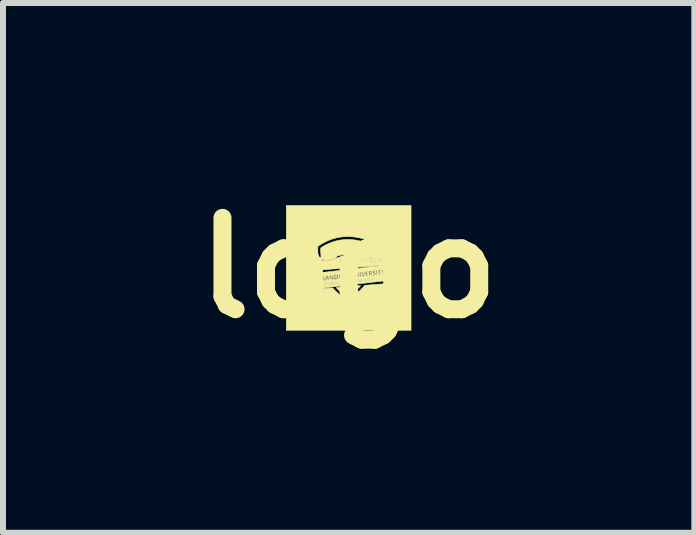
<source format=kicad_pcb>
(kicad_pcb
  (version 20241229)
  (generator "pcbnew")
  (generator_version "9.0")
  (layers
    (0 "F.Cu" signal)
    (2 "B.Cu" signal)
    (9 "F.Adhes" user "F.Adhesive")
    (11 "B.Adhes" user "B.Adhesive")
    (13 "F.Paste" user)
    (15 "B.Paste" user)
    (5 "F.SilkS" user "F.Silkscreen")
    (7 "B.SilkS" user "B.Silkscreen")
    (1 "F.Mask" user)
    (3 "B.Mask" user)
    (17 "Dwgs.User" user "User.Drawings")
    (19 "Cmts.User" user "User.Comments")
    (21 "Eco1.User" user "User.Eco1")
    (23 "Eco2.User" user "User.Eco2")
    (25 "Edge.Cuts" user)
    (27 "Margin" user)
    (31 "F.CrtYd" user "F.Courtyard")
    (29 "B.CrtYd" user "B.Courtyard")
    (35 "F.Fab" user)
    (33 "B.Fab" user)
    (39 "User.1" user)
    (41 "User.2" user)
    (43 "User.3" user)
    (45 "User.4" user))
  (footprint "logo"
    (layer "F.Cu")
    (at 2.765 1.418)
    (property "Reference" "logo" (at 0 0 0) (layer "F.SilkS") (effects (font (size 1.524 1.524) (thickness 0.3))))
    (attr through_hole)
    (fp_poly (pts (xy 0.351 0.198) (xy 0.35 0.202) (xy 0.348 0.206) (xy 0.346 0.207) (xy 0.343 0.208) (xy 0.34 0.208) (xy 0.338 0.206) (xy 0.337 0.203) (xy 0.337 0.201) (xy 0.339 0.198) (xy 0.343 0.196) (xy 0.345 0.196) (xy 0.351 0.194) (xy 0.351 0.198)) (stroke (width 0.01) (type solid)) (fill yes) (layer "F.SilkS"))
    (fp_poly (pts (xy 0.068 0.229) (xy 0.067 0.234) (xy 0.064 0.237) (xy 0.061 0.238) (xy 0.058 0.238) (xy 0.057 0.238) (xy 0.055 0.236) (xy 0.054 0.233) (xy 0.054 0.23) (xy 0.054 0.23) (xy 0.056 0.228) (xy 0.059 0.227) (xy 0.063 0.226) (xy 0.065 0.225) (xy 0.068 0.224) (xy 0.068 0.229)) (stroke (width 0.01) (type solid)) (fill yes) (layer "F.SilkS"))
    (fp_poly (pts (xy 0.002 0.236) (xy 0.002 0.239) (xy 0.001 0.241) (xy -0.001 0.243) (xy -0.004 0.244) (xy -0.007 0.245) (xy -0.01 0.244) (xy -0.01 0.244) (xy -0.011 0.242) (xy -0.011 0.239) (xy -0.011 0.239) (xy -0.01 0.236) (xy -0.008 0.234) (xy -0.004 0.233) (xy -0.002 0.232) (xy 0.002 0.231) (xy 0.002 0.236)) (stroke (width 0.01) (type solid)) (fill yes) (layer "F.SilkS"))
    (fp_poly (pts (xy -0.309 0.252) (xy -0.307 0.254) (xy -0.305 0.256) (xy -0.305 0.258) (xy -0.305 0.259) (xy -0.306 0.26) (xy -0.309 0.26) (xy -0.31 0.26) (xy -0.315 0.261) (xy -0.319 0.261) (xy -0.321 0.261) (xy -0.321 0.261) (xy -0.32 0.258) (xy -0.319 0.256) (xy -0.317 0.253) (xy -0.316 0.252) (xy -0.313 0.251) (xy -0.309 0.252)) (stroke (width 0.01) (type solid)) (fill yes) (layer "F.SilkS"))
    (fp_poly (pts (xy 0.31 0.187) (xy 0.312 0.189) (xy 0.314 0.192) (xy 0.315 0.194) (xy 0.314 0.195) (xy 0.31 0.196) (xy 0.31 0.196) (xy 0.306 0.196) (xy 0.303 0.197) (xy 0.302 0.197) (xy 0.3 0.197) (xy 0.299 0.196) (xy 0.299 0.195) (xy 0.3 0.192) (xy 0.302 0.189) (xy 0.305 0.187) (xy 0.306 0.186) (xy 0.308 0.186) (xy 0.31 0.187)) (stroke (width 0.01) (type solid)) (fill yes) (layer "F.SilkS"))
    (fp_poly (pts (xy -0.132 0.233) (xy -0.129 0.234) (xy -0.128 0.236) (xy -0.125 0.24) (xy -0.124 0.244) (xy -0.124 0.249) (xy -0.126 0.253) (xy -0.128 0.256) (xy -0.129 0.257) (xy -0.133 0.258) (xy -0.137 0.257) (xy -0.14 0.255) (xy -0.143 0.252) (xy -0.144 0.247) (xy -0.144 0.242) (xy -0.144 0.241) (xy -0.142 0.237) (xy -0.14 0.234) (xy -0.136 0.233) (xy -0.132 0.233)) (stroke (width 0.01) (type solid)) (fill yes) (layer "F.SilkS"))
    (fp_poly (pts (xy 0.174 0.202) (xy 0.177 0.205) (xy 0.179 0.209) (xy 0.179 0.215) (xy 0.179 0.218) (xy 0.179 0.221) (xy 0.177 0.222) (xy 0.177 0.223) (xy 0.173 0.225) (xy 0.169 0.226) (xy 0.166 0.225) (xy 0.162 0.222) (xy 0.16 0.218) (xy 0.159 0.214) (xy 0.159 0.21) (xy 0.161 0.206) (xy 0.163 0.203) (xy 0.166 0.201) (xy 0.171 0.201) (xy 0.174 0.202)) (stroke (width 0.01) (type solid)) (fill yes) (layer "F.SilkS"))
    (fp_poly (pts (xy -0.139 0.118) (xy -0.136 0.118) (xy -0.134 0.119) (xy -0.133 0.12) (xy -0.131 0.124) (xy -0.131 0.127) (xy -0.131 0.131) (xy -0.134 0.135) (xy -0.137 0.137) (xy -0.143 0.138) (xy -0.143 0.138) (xy -0.146 0.139) (xy -0.147 0.138) (xy -0.148 0.137) (xy -0.148 0.136) (xy -0.148 0.132) (xy -0.149 0.128) (xy -0.149 0.127) (xy -0.15 0.118) (xy -0.143 0.118) (xy -0.139 0.118)) (stroke (width 0.01) (type solid)) (fill yes) (layer "F.SilkS"))
    (fp_poly (pts (xy -0.357 0.158) (xy -0.355 0.163) (xy -0.354 0.167) (xy -0.352 0.17) (xy -0.352 0.172) (xy -0.352 0.172) (xy -0.353 0.172) (xy -0.355 0.173) (xy -0.359 0.173) (xy -0.36 0.173) (xy -0.365 0.173) (xy -0.367 0.174) (xy -0.368 0.173) (xy -0.369 0.173) (xy -0.369 0.172) (xy -0.369 0.17) (xy -0.368 0.167) (xy -0.367 0.163) (xy -0.366 0.158) (xy -0.366 0.157) (xy -0.363 0.143) (xy -0.357 0.158)) (stroke (width 0.01) (type solid)) (fill yes) (layer "F.SilkS"))
    (fp_poly (pts (xy -0.034 0.124) (xy -0.032 0.129) (xy -0.031 0.133) (xy -0.03 0.136) (xy -0.029 0.138) (xy -0.029 0.139) (xy -0.031 0.139) (xy -0.033 0.139) (xy -0.037 0.14) (xy -0.038 0.14) (xy -0.042 0.14) (xy -0.044 0.14) (xy -0.045 0.14) (xy -0.046 0.139) (xy -0.046 0.139) (xy -0.045 0.137) (xy -0.045 0.134) (xy -0.044 0.129) (xy -0.043 0.124) (xy -0.043 0.123) (xy -0.04 0.109) (xy -0.034 0.124)) (stroke (width 0.01) (type solid)) (fill yes) (layer "F.SilkS"))
    (fp_poly (pts (xy 0.365 0.065) (xy 0.368 0.067) (xy 0.371 0.07) (xy 0.371 0.071) (xy 0.372 0.074) (xy 0.371 0.077) (xy 0.371 0.078) (xy 0.368 0.082) (xy 0.365 0.084) (xy 0.361 0.086) (xy 0.359 0.086) (xy 0.354 0.087) (xy 0.353 0.081) (xy 0.353 0.075) (xy 0.352 0.071) (xy 0.352 0.068) (xy 0.353 0.066) (xy 0.353 0.065) (xy 0.354 0.065) (xy 0.355 0.065) (xy 0.36 0.064) (xy 0.365 0.065)) (stroke (width 0.01) (type solid)) (fill yes) (layer "F.SilkS"))
    (fp_poly (pts (xy -0.209 0.126) (xy -0.203 0.128) (xy -0.198 0.132) (xy -0.194 0.137) (xy -0.192 0.143) (xy -0.191 0.147) (xy -0.191 0.154) (xy -0.193 0.161) (xy -0.197 0.166) (xy -0.201 0.17) (xy -0.208 0.173) (xy -0.213 0.173) (xy -0.219 0.174) (xy -0.221 0.151) (xy -0.222 0.144) (xy -0.222 0.138) (xy -0.223 0.133) (xy -0.223 0.13) (xy -0.223 0.128) (xy -0.223 0.127) (xy -0.222 0.127) (xy -0.219 0.127) (xy -0.216 0.126) (xy -0.209 0.126)) (stroke (width 0.01) (type solid)) (fill yes) (layer "F.SilkS"))
    (fp_poly (pts (xy -0.605 0.171) (xy -0.605 0.171) (xy -0.604 0.172) (xy -0.603 0.175) (xy -0.602 0.179) (xy -0.6 0.184) (xy -0.599 0.185) (xy -0.597 0.189) (xy -0.596 0.193) (xy -0.595 0.196) (xy -0.594 0.197) (xy -0.594 0.198) (xy -0.595 0.198) (xy -0.597 0.198) (xy -0.601 0.199) (xy -0.606 0.2) (xy -0.61 0.2) (xy -0.611 0.2) (xy -0.612 0.199) (xy -0.611 0.198) (xy -0.611 0.196) (xy -0.61 0.193) (xy -0.609 0.188) (xy -0.609 0.184) (xy -0.607 0.178) (xy -0.607 0.174) (xy -0.606 0.171) (xy -0.606 0.17) (xy -0.605 0.17) (xy -0.605 0.171)) (stroke (width 0.01) (type solid)) (fill yes) (layer "F.SilkS"))
    (fp_poly (pts (xy 0.199 0.297) (xy 0.199 0.297) (xy 0.199 0.298) (xy 0.197 0.3) (xy 0.194 0.303) (xy 0.19 0.308) (xy 0.185 0.313) (xy 0.179 0.32) (xy 0.172 0.327) (xy 0.164 0.334) (xy 0.156 0.343) (xy 0.147 0.351) (xy 0.138 0.36) (xy 0.128 0.369) (xy 0.119 0.378) (xy 0.109 0.387) (xy 0.103 0.393) (xy 0.098 0.397) (xy 0.092 0.403) (xy 0.086 0.408) (xy 0.079 0.415) (xy 0.071 0.422) (xy 0.063 0.429) (xy 0.054 0.436) (xy 0.046 0.444) (xy 0.037 0.451) (xy 0.029 0.459) (xy 0.021 0.466) (xy 0.013 0.472) (xy 0.006 0.478) (xy -0.000096 0.484) (xy -0.006 0.489) (xy -0.01 0.493) (xy -0.014 0.496) (xy -0.016 0.497) (xy -0.017 0.498) (xy -0.017 0.497) (xy -0.019 0.496) (xy -0.022 0.493) (xy -0.025 0.491) (xy -0.037 0.482) (xy -0.05 0.472) (xy -0.064 0.46) (xy -0.078 0.449) (xy -0.092 0.437) (xy -0.106 0.425) (xy -0.12 0.413) (xy -0.132 0.402) (xy -0.138 0.398) (xy -0.145 0.391) (xy -0.153 0.383) (xy -0.161 0.376) (xy -0.168 0.369) (xy -0.176 0.362) (xy -0.182 0.355) (xy -0.189 0.349) (xy -0.194 0.344) (xy -0.199 0.339) (xy -0.202 0.335) (xy -0.205 0.332) (xy -0.206 0.33) (xy -0.206 0.33) (xy -0.206 0.33) (xy -0.205 0.329) (xy -0.204 0.329) (xy -0.202 0.329) (xy -0.199 0.329) (xy -0.196 0.328) (xy -0.192 0.328) (xy -0.187 0.328) (xy -0.181 0.327) (xy -0.173 0.326) (xy -0.165 0.326) (xy -0.155 0.325) (xy -0.144 0.324) (xy -0.131 0.323) (xy -0.117 0.322) (xy -0.101 0.32) (xy -0.084 0.319) (xy -0.064 0.317) (xy -0.043 0.316) (xy -0.033 0.315) (xy -0.007 0.313) (xy 0.017 0.311) (xy 0.04 0.309) (xy 0.062 0.307) (xy 0.082 0.306) (xy 0.1 0.304) (xy 0.117 0.303) (xy 0.133 0.301) (xy 0.146 0.3) (xy 0.158 0.299) (xy 0.168 0.298) (xy 0.17 0.298) (xy 0.178 0.298) (xy 0.184 0.297) (xy 0.19 0.297) (xy 0.195 0.297) (xy 0.198 0.296) (xy 0.199 0.297)) (stroke (width 0.01) (type solid)) (fill yes) (layer "F.SilkS"))
    (fp_poly (pts (xy 1.04 1.04) (xy -1.04 1.04) (xy -1.04 0.357) (xy -0.618 0.357) (xy -0.618 0.357) (xy -0.617 0.357) (xy -0.614 0.357) (xy -0.61 0.357) (xy -0.604 0.357) (xy -0.597 0.356) (xy -0.59 0.356) (xy -0.581 0.355) (xy -0.581 0.355) (xy -0.571 0.354) (xy -0.559 0.354) (xy -0.546 0.353) (xy -0.533 0.352) (xy -0.521 0.351) (xy -0.509 0.35) (xy -0.504 0.35) (xy -0.494 0.349) (xy -0.483 0.349) (xy -0.471 0.348) (xy -0.46 0.347) (xy -0.45 0.346) (xy -0.44 0.346) (xy -0.435 0.345) (xy -0.427 0.345) (xy -0.418 0.344) (xy -0.409 0.344) (xy -0.401 0.343) (xy -0.393 0.343) (xy -0.389 0.342) (xy -0.382 0.342) (xy -0.374 0.341) (xy -0.367 0.341) (xy -0.361 0.341) (xy -0.359 0.34) (xy -0.353 0.34) (xy -0.346 0.339) (xy -0.339 0.339) (xy -0.331 0.339) (xy -0.328 0.338) (xy -0.32 0.338) (xy -0.312 0.337) (xy -0.303 0.337) (xy -0.294 0.336) (xy -0.289 0.336) (xy -0.268 0.334) (xy -0.261 0.342) (xy -0.256 0.347) (xy -0.251 0.353) (xy -0.244 0.36) (xy -0.236 0.367) (xy -0.229 0.375) (xy -0.221 0.383) (xy -0.212 0.391) (xy -0.205 0.399) (xy -0.198 0.406) (xy -0.193 0.41) (xy -0.171 0.43) (xy -0.147 0.451) (xy -0.122 0.473) (xy -0.095 0.495) (xy -0.077 0.51) (xy -0.072 0.514) (xy -0.065 0.519) (xy -0.059 0.524) (xy -0.052 0.53) (xy -0.045 0.535) (xy -0.039 0.54) (xy -0.033 0.545) (xy -0.027 0.549) (xy -0.023 0.553) (xy -0.019 0.555) (xy -0.017 0.557) (xy -0.015 0.558) (xy -0.015 0.558) (xy -0.015 0.557) (xy -0.012 0.556) (xy -0.009 0.553) (xy -0.004 0.55) (xy 0.000309 0.547) (xy 0.016 0.535) (xy 0.034 0.521) (xy 0.052 0.507) (xy 0.07 0.491) (xy 0.089 0.474) (xy 0.103 0.461) (xy 0.117 0.448) (xy 0.133 0.433) (xy 0.149 0.417) (xy 0.165 0.401) (xy 0.182 0.384) (xy 0.198 0.367) (xy 0.214 0.35) (xy 0.23 0.334) (xy 0.245 0.318) (xy 0.258 0.303) (xy 0.26 0.302) (xy 0.264 0.297) (xy 0.267 0.294) (xy 0.269 0.292) (xy 0.271 0.291) (xy 0.272 0.29) (xy 0.274 0.29) (xy 0.275 0.29) (xy 0.278 0.289) (xy 0.282 0.289) (xy 0.287 0.289) (xy 0.293 0.288) (xy 0.3 0.288) (xy 0.305 0.288) (xy 0.312 0.287) (xy 0.321 0.286) (xy 0.331 0.285) (xy 0.342 0.285) (xy 0.352 0.284) (xy 0.362 0.283) (xy 0.364 0.283) (xy 0.374 0.282) (xy 0.386 0.281) (xy 0.398 0.28) (xy 0.41 0.279) (xy 0.421 0.279) (xy 0.431 0.278) (xy 0.431 0.278) (xy 0.441 0.277) (xy 0.452 0.276) (xy 0.464 0.275) (xy 0.476 0.274) (xy 0.488 0.274) (xy 0.498 0.273) (xy 0.508 0.272) (xy 0.518 0.271) (xy 0.529 0.27) (xy 0.539 0.27) (xy 0.549 0.269) (xy 0.557 0.268) (xy 0.558 0.268) (xy 0.571 0.267) (xy 0.584 0.266) (xy 0.595 0.265) (xy 0.606 0.265) (xy 0.616 0.264) (xy 0.624 0.263) (xy 0.631 0.263) (xy 0.633 0.263) (xy 0.642 0.262) (xy 0.641 0.237) (xy 0.641 0.231) (xy 0.641 0.224) (xy 0.641 0.219) (xy 0.641 0.215) (xy 0.641 0.213) (xy 0.641 0.213) (xy 0.64 0.213) (xy 0.637 0.213) (xy 0.633 0.213) (xy 0.627 0.214) (xy 0.621 0.214) (xy 0.614 0.215) (xy 0.606 0.216) (xy 0.599 0.216) (xy 0.591 0.217) (xy 0.584 0.218) (xy 0.578 0.218) (xy 0.577 0.218) (xy 0.563 0.22) (xy 0.551 0.221) (xy 0.54 0.222) (xy 0.531 0.223) (xy 0.523 0.224) (xy 0.517 0.225) (xy 0.511 0.226) (xy 0.505 0.226) (xy 0.501 0.227) (xy 0.496 0.227) (xy 0.493 0.228) (xy 0.487 0.228) (xy 0.48 0.229) (xy 0.474 0.23) (xy 0.468 0.23) (xy 0.466 0.231) (xy 0.461 0.231) (xy 0.454 0.232) (xy 0.445 0.233) (xy 0.435 0.234) (xy 0.424 0.235) (xy 0.413 0.236) (xy 0.401 0.238) (xy 0.389 0.239) (xy 0.376 0.241) (xy 0.366 0.242) (xy 0.36 0.243) (xy 0.354 0.243) (xy 0.349 0.244) (xy 0.345 0.244) (xy 0.344 0.244) (xy 0.341 0.245) (xy 0.337 0.245) (xy 0.332 0.246) (xy 0.326 0.246) (xy 0.322 0.247) (xy 0.315 0.248) (xy 0.307 0.249) (xy 0.298 0.25) (xy 0.29 0.251) (xy 0.282 0.251) (xy 0.281 0.251) (xy 0.259 0.254) (xy 0.236 0.257) (xy 0.213 0.259) (xy 0.199 0.261) (xy 0.193 0.262) (xy 0.187 0.262) (xy 0.182 0.263) (xy 0.178 0.263) (xy 0.176 0.264) (xy 0.174 0.264) (xy 0.169 0.264) (xy 0.164 0.265) (xy 0.158 0.266) (xy 0.154 0.266) (xy 0.148 0.267) (xy 0.14 0.268) (xy 0.132 0.269) (xy 0.123 0.27) (xy 0.115 0.271) (xy 0.115 0.271) (xy 0.106 0.272) (xy 0.097 0.273) (xy 0.087 0.274) (xy 0.078 0.275) (xy 0.071 0.276) (xy 0.063 0.277) (xy 0.054 0.278) (xy 0.045 0.279) (xy 0.038 0.28) (xy 0.032 0.28) (xy 0.016 0.282) (xy 0.00009 0.284) (xy -0.016 0.286) (xy -0.031 0.288) (xy -0.045 0.289) (xy -0.051 0.29) (xy -0.059 0.291) (xy -0.068 0.292) (xy -0.078 0.293) (xy -0.087 0.294) (xy -0.094 0.295) (xy -0.111 0.297) (xy -0.128 0.299) (xy -0.143 0.301) (xy -0.157 0.303) (xy -0.17 0.304) (xy -0.176 0.305) (xy -0.183 0.306) (xy -0.191 0.307) (xy -0.2 0.308) (xy -0.208 0.309) (xy -0.215 0.309) (xy -0.224 0.31) (xy -0.233 0.311) (xy -0.243 0.313) (xy -0.252 0.314) (xy -0.258 0.314) (xy -0.273 0.316) (xy -0.29 0.318) (xy -0.308 0.32) (xy -0.327 0.323) (xy -0.346 0.325) (xy -0.365 0.327) (xy -0.379 0.329) (xy -0.387 0.33) (xy -0.397 0.331) (xy -0.406 0.332) (xy -0.415 0.333) (xy -0.422 0.334) (xy -0.43 0.335) (xy -0.439 0.336) (xy -0.448 0.337) (xy -0.458 0.338) (xy -0.465 0.339) (xy -0.473 0.34) (xy -0.481 0.341) (xy -0.489 0.342) (xy -0.497 0.343) (xy -0.503 0.343) (xy -0.503 0.343) (xy -0.51 0.344) (xy -0.517 0.345) (xy -0.526 0.346) (xy -0.534 0.347) (xy -0.542 0.348) (xy -0.542 0.348) (xy -0.55 0.349) (xy -0.56 0.35) (xy -0.569 0.351) (xy -0.578 0.352) (xy -0.585 0.353) (xy -0.591 0.354) (xy -0.598 0.355) (xy -0.604 0.355) (xy -0.609 0.356) (xy -0.612 0.356) (xy -0.612 0.356) (xy -0.615 0.357) (xy -0.618 0.357) (xy -0.618 0.357) (xy -1.04 0.357) (xy -1.04 0.254) (xy -0.407 0.254) (xy -0.407 0.258) (xy -0.404 0.262) (xy -0.4 0.265) (xy -0.394 0.268) (xy -0.389 0.271) (xy -0.385 0.274) (xy -0.384 0.277) (xy -0.385 0.28) (xy -0.387 0.282) (xy -0.388 0.284) (xy -0.39 0.284) (xy -0.393 0.284) (xy -0.395 0.284) (xy -0.399 0.284) (xy -0.401 0.283) (xy -0.403 0.283) (xy -0.404 0.283) (xy -0.404 0.284) (xy -0.404 0.285) (xy -0.404 0.287) (xy -0.403 0.288) (xy -0.401 0.289) (xy -0.398 0.289) (xy -0.396 0.289) (xy -0.391 0.289) (xy -0.387 0.288) (xy -0.386 0.288) (xy -0.382 0.285) (xy -0.38 0.281) (xy -0.379 0.277) (xy -0.379 0.274) (xy -0.381 0.27) (xy -0.384 0.267) (xy -0.389 0.265) (xy -0.392 0.263) (xy -0.397 0.261) (xy -0.4 0.258) (xy -0.402 0.256) (xy -0.402 0.254) (xy -0.402 0.252) (xy -0.4 0.249) (xy -0.397 0.248) (xy -0.393 0.247) (xy -0.39 0.247) (xy -0.386 0.247) (xy -0.384 0.247) (xy -0.383 0.247) (xy -0.383 0.246) (xy -0.384 0.244) (xy -0.384 0.243) (xy -0.385 0.242) (xy -0.387 0.242) (xy -0.391 0.242) (xy -0.394 0.242) (xy -0.398 0.243) (xy -0.4 0.244) (xy -0.404 0.246) (xy -0.406 0.249) (xy -0.406 0.25) (xy -0.407 0.254) (xy -1.04 0.254) (xy -1.04 0.239) (xy -0.368 0.239) (xy -0.368 0.242) (xy -0.368 0.246) (xy -0.367 0.251) (xy -0.367 0.257) (xy -0.366 0.263) (xy -0.366 0.268) (xy -0.365 0.274) (xy -0.365 0.279) (xy -0.365 0.282) (xy -0.364 0.284) (xy -0.364 0.284) (xy -0.363 0.285) (xy -0.362 0.285) (xy -0.361 0.285) (xy -0.36 0.285) (xy -0.36 0.284) (xy -0.36 0.281) (xy -0.36 0.278) (xy -0.36 0.274) (xy -0.36 0.268) (xy -0.36 0.264) (xy -0.36 0.261) (xy -0.36 0.26) (xy -0.357 0.257) (xy -0.354 0.255) (xy -0.352 0.255) (xy -0.349 0.256) (xy -0.347 0.259) (xy -0.346 0.263) (xy -0.345 0.267) (xy -0.344 0.273) (xy -0.344 0.277) (xy -0.343 0.28) (xy -0.343 0.282) (xy -0.342 0.283) (xy -0.342 0.283) (xy -0.341 0.283) (xy -0.34 0.283) (xy -0.339 0.283) (xy -0.339 0.281) (xy -0.339 0.278) (xy -0.339 0.274) (xy -0.34 0.27) (xy -0.34 0.266) (xy -0.341 0.263) (xy -0.326 0.263) (xy -0.325 0.268) (xy -0.324 0.272) (xy -0.322 0.276) (xy -0.322 0.276) (xy -0.318 0.279) (xy -0.313 0.281) (xy -0.307 0.28) (xy -0.303 0.279) (xy -0.3 0.276) (xy -0.3 0.275) (xy -0.3 0.273) (xy -0.301 0.273) (xy -0.303 0.274) (xy -0.305 0.275) (xy -0.308 0.276) (xy -0.309 0.276) (xy -0.312 0.276) (xy -0.314 0.276) (xy -0.317 0.274) (xy -0.317 0.274) (xy -0.319 0.271) (xy -0.32 0.268) (xy -0.319 0.266) (xy -0.318 0.266) (xy -0.316 0.266) (xy -0.312 0.265) (xy -0.308 0.265) (xy -0.307 0.265) (xy -0.298 0.264) (xy -0.299 0.26) (xy -0.301 0.254) (xy -0.303 0.25) (xy -0.307 0.248) (xy -0.311 0.247) (xy -0.313 0.247) (xy -0.318 0.248) (xy -0.322 0.251) (xy -0.325 0.256) (xy -0.325 0.258) (xy -0.326 0.263) (xy -0.341 0.263) (xy -0.341 0.262) (xy -0.341 0.258) (xy -0.341 0.257) (xy -0.343 0.254) (xy -0.347 0.252) (xy -0.351 0.251) (xy -0.351 0.251) (xy -0.355 0.251) (xy -0.357 0.253) (xy -0.359 0.254) (xy -0.362 0.257) (xy -0.362 0.253) (xy -0.363 0.249) (xy -0.363 0.245) (xy -0.363 0.243) (xy -0.364 0.239) (xy -0.364 0.237) (xy -0.365 0.237) (xy -0.366 0.237) (xy -0.368 0.237) (xy -0.368 0.238) (xy -0.368 0.239) (xy -1.04 0.239) (xy -1.04 0.233) (xy -0.288 0.233) (xy -0.288 0.236) (xy -0.288 0.241) (xy -0.287 0.247) (xy -0.287 0.255) (xy -0.287 0.255) (xy -0.286 0.261) (xy -0.285 0.267) (xy -0.285 0.272) (xy -0.285 0.275) (xy -0.284 0.276) (xy -0.284 0.277) (xy -0.284 0.277) (xy -0.282 0.277) (xy -0.281 0.277) (xy -0.28 0.276) (xy -0.28 0.274) (xy -0.28 0.271) (xy -0.281 0.266) (xy -0.281 0.259) (xy -0.282 0.252) (xy -0.282 0.245) (xy -0.283 0.239) (xy -0.283 0.235) (xy -0.284 0.232) (xy -0.284 0.23) (xy -0.285 0.229) (xy -0.285 0.229) (xy -0.286 0.229) (xy -0.286 0.229) (xy -0.287 0.229) (xy -0.288 0.229) (xy -0.288 0.229) (xy -0.288 0.231) (xy -0.288 0.233) (xy -1.04 0.233) (xy -1.04 0.231) (xy -0.634 0.231) (xy -0.633 0.232) (xy -0.63 0.232) (xy -0.627 0.232) (xy -0.622 0.231) (xy -0.621 0.231) (xy -0.619 0.23) (xy -0.618 0.23) (xy -0.617 0.229) (xy -0.267 0.229) (xy -0.267 0.231) (xy -0.266 0.236) (xy -0.266 0.241) (xy -0.265 0.246) (xy -0.265 0.252) (xy -0.264 0.258) (xy -0.264 0.264) (xy -0.263 0.268) (xy -0.263 0.272) (xy -0.263 0.274) (xy -0.263 0.274) (xy -0.261 0.275) (xy -0.26 0.275) (xy -0.259 0.275) (xy -0.258 0.273) (xy -0.258 0.273) (xy -0.258 0.271) (xy -0.258 0.267) (xy -0.259 0.262) (xy -0.259 0.257) (xy -0.26 0.25) (xy -0.26 0.249) (xy -0.261 0.243) (xy -0.261 0.237) (xy -0.262 0.232) (xy -0.262 0.229) (xy -0.262 0.227) (xy -0.262 0.227) (xy -0.263 0.227) (xy -0.265 0.227) (xy -0.266 0.227) (xy -0.267 0.227) (xy -0.267 0.229) (xy -0.617 0.229) (xy -0.617 0.228) (xy -0.616 0.226) (xy -0.616 0.222) (xy -0.615 0.218) (xy -0.614 0.216) (xy -0.613 0.214) (xy -0.612 0.214) (xy -0.611 0.213) (xy -0.608 0.213) (xy -0.604 0.212) (xy -0.599 0.212) (xy -0.598 0.212) (xy -0.589 0.211) (xy -0.583 0.227) (xy -0.577 0.226) (xy -0.575 0.226) (xy -0.222 0.226) (xy -0.222 0.229) (xy -0.222 0.233) (xy -0.221 0.238) (xy -0.221 0.245) (xy -0.221 0.247) (xy -0.22 0.253) (xy -0.219 0.259) (xy -0.219 0.264) (xy -0.219 0.267) (xy -0.218 0.269) (xy -0.218 0.27) (xy -0.217 0.27) (xy -0.215 0.27) (xy -0.21 0.27) (xy -0.205 0.269) (xy -0.2 0.268) (xy -0.197 0.268) (xy -0.195 0.266) (xy -0.196 0.265) (xy -0.196 0.264) (xy -0.197 0.264) (xy -0.199 0.264) (xy -0.202 0.264) (xy -0.205 0.264) (xy -0.209 0.264) (xy -0.212 0.265) (xy -0.213 0.264) (xy -0.213 0.264) (xy -0.214 0.263) (xy -0.214 0.26) (xy -0.215 0.257) (xy -0.215 0.256) (xy -0.215 0.249) (xy -0.185 0.249) (xy -0.184 0.255) (xy -0.182 0.26) (xy -0.179 0.264) (xy -0.174 0.266) (xy -0.171 0.266) (xy -0.167 0.266) (xy -0.164 0.265) (xy -0.163 0.265) (xy -0.161 0.263) (xy -0.161 0.261) (xy -0.161 0.26) (xy -0.162 0.259) (xy -0.164 0.261) (xy -0.167 0.262) (xy -0.171 0.262) (xy -0.175 0.26) (xy -0.175 0.26) (xy -0.178 0.257) (xy -0.18 0.252) (xy -0.18 0.247) (xy -0.179 0.245) (xy -0.149 0.245) (xy -0.149 0.251) (xy -0.147 0.256) (xy -0.143 0.259) (xy -0.139 0.261) (xy -0.135 0.262) (xy -0.13 0.262) (xy -0.126 0.26) (xy -0.123 0.257) (xy -0.12 0.252) (xy -0.119 0.247) (xy -0.119 0.244) (xy -0.12 0.24) (xy -0.107 0.24) (xy -0.106 0.241) (xy -0.105 0.242) (xy -0.103 0.242) (xy -0.102 0.242) (xy -0.099 0.242) (xy -0.095 0.241) (xy -0.094 0.241) (xy -0.091 0.241) (xy -0.09 0.24) (xy -0.09 0.239) (xy -0.09 0.238) (xy -0.091 0.237) (xy -0.093 0.237) (xy -0.097 0.237) (xy -0.098 0.238) (xy -0.103 0.238) (xy -0.105 0.239) (xy -0.106 0.239) (xy -0.107 0.24) (xy -0.12 0.24) (xy -0.121 0.238) (xy -0.123 0.233) (xy -0.127 0.23) (xy -0.132 0.228) (xy -0.134 0.228) (xy -0.14 0.229) (xy -0.144 0.232) (xy -0.147 0.236) (xy -0.149 0.241) (xy -0.149 0.245) (xy -0.179 0.245) (xy -0.178 0.243) (xy -0.176 0.239) (xy -0.173 0.238) (xy -0.171 0.237) (xy -0.169 0.237) (xy -0.167 0.237) (xy -0.165 0.237) (xy -0.163 0.237) (xy -0.163 0.236) (xy -0.163 0.236) (xy -0.163 0.234) (xy -0.166 0.233) (xy -0.169 0.232) (xy -0.173 0.233) (xy -0.176 0.234) (xy -0.178 0.235) (xy -0.181 0.238) (xy -0.183 0.242) (xy -0.185 0.247) (xy -0.185 0.249) (xy -0.215 0.249) (xy -0.215 0.249) (xy -0.211 0.249) (xy -0.208 0.248) (xy -0.204 0.248) (xy -0.201 0.248) (xy -0.2 0.247) (xy -0.2 0.245) (xy -0.2 0.245) (xy -0.2 0.243) (xy -0.208 0.243) (xy -0.212 0.244) (xy -0.214 0.243) (xy -0.215 0.243) (xy -0.216 0.24) (xy -0.216 0.237) (xy -0.217 0.235) (xy -0.217 0.229) (xy -0.209 0.228) (xy -0.205 0.228) (xy -0.202 0.227) (xy -0.201 0.226) (xy -0.2 0.225) (xy -0.2 0.225) (xy -0.2 0.223) (xy -0.076 0.223) (xy -0.076 0.225) (xy -0.076 0.227) (xy -0.075 0.229) (xy -0.075 0.233) (xy -0.075 0.237) (xy -0.074 0.242) (xy -0.074 0.247) (xy -0.073 0.251) (xy -0.073 0.253) (xy -0.073 0.254) (xy -0.072 0.255) (xy -0.071 0.255) (xy -0.069 0.255) (xy -0.069 0.254) (xy -0.068 0.253) (xy -0.069 0.25) (xy -0.069 0.248) (xy -0.069 0.243) (xy -0.069 0.238) (xy -0.07 0.235) (xy -0.069 0.232) (xy -0.069 0.23) (xy -0.068 0.228) (xy -0.067 0.227) (xy -0.064 0.225) (xy -0.062 0.225) (xy -0.059 0.226) (xy -0.058 0.227) (xy -0.057 0.228) (xy -0.056 0.23) (xy -0.056 0.232) (xy -0.055 0.236) (xy -0.055 0.239) (xy -0.054 0.243) (xy -0.054 0.247) (xy -0.054 0.25) (xy -0.054 0.251) (xy -0.053 0.252) (xy -0.052 0.253) (xy -0.051 0.253) (xy -0.05 0.253) (xy -0.049 0.253) (xy -0.049 0.252) (xy -0.049 0.25) (xy -0.049 0.246) (xy -0.05 0.242) (xy -0.05 0.24) (xy -0.05 0.235) (xy -0.05 0.232) (xy -0.05 0.229) (xy -0.049 0.228) (xy -0.047 0.225) (xy -0.044 0.223) (xy -0.04 0.223) (xy -0.04 0.224) (xy -0.039 0.225) (xy -0.037 0.227) (xy -0.036 0.23) (xy -0.036 0.234) (xy -0.035 0.241) (xy -0.035 0.242) (xy -0.035 0.246) (xy -0.034 0.249) (xy -0.034 0.25) (xy -0.033 0.251) (xy -0.032 0.251) (xy -0.032 0.251) (xy -0.029 0.251) (xy -0.03 0.242) (xy -0.03 0.24) (xy -0.016 0.24) (xy -0.016 0.244) (xy -0.013 0.247) (xy -0.01 0.249) (xy -0.007 0.249) (xy -0.004 0.249) (xy -0.001 0.248) (xy -0.000254 0.247) (xy 0.001 0.246) (xy 0.002 0.245) (xy 0.002 0.244) (xy 0.003 0.246) (xy 0.005 0.247) (xy 0.006 0.248) (xy 0.007 0.247) (xy 0.007 0.246) (xy 0.007 0.244) (xy 0.007 0.241) (xy 0.007 0.237) (xy 0.007 0.229) (xy 0.006 0.224) (xy 0.005 0.22) (xy 0.003 0.217) (xy 0.001 0.216) (xy -0.003 0.215) (xy -0.004 0.215) (xy -0.009 0.216) (xy -0.012 0.217) (xy -0.015 0.219) (xy -0.015 0.221) (xy -0.015 0.223) (xy -0.014 0.223) (xy -0.012 0.222) (xy -0.01 0.221) (xy -0.007 0.22) (xy -0.004 0.22) (xy -0.002 0.22) (xy -0.001 0.221) (xy 0.001 0.223) (xy 0.002 0.225) (xy 0.002 0.227) (xy 0.000301 0.227) (xy -0.002 0.228) (xy -0.005 0.229) (xy -0.01 0.23) (xy -0.013 0.233) (xy -0.016 0.236) (xy -0.016 0.24) (xy -0.03 0.24) (xy -0.031 0.234) (xy -0.032 0.228) (xy -0.033 0.224) (xy -0.035 0.221) (xy -0.037 0.219) (xy -0.04 0.219) (xy -0.043 0.219) (xy -0.046 0.22) (xy -0.049 0.221) (xy -0.05 0.222) (xy -0.052 0.225) (xy -0.054 0.223) (xy -0.058 0.221) (xy -0.062 0.221) (xy -0.065 0.222) (xy -0.067 0.223) (xy -0.069 0.225) (xy -0.071 0.225) (xy -0.071 0.225) (xy -0.071 0.224) (xy -0.072 0.223) (xy -0.074 0.223) (xy -0.075 0.223) (xy -0.076 0.223) (xy -0.2 0.223) (xy -0.201 0.223) (xy -0.202 0.223) (xy -0.204 0.223) (xy -0.207 0.223) (xy -0.211 0.223) (xy -0.215 0.224) (xy -0.218 0.224) (xy -0.221 0.225) (xy -0.222 0.225) (xy -0.222 0.225) (xy -0.222 0.226) (xy -0.575 0.226) (xy -0.573 0.226) (xy -0.57 0.226) (xy -0.568 0.226) (xy -0.566 0.225) (xy -0.566 0.224) (xy -0.566 0.223) (xy -0.567 0.22) (xy -0.569 0.216) (xy -0.572 0.211) (xy -0.574 0.204) (xy -0.578 0.197) (xy -0.581 0.189) (xy -0.581 0.188) (xy -0.597 0.153) (xy -0.606 0.154) (xy -0.61 0.154) (xy -0.613 0.155) (xy -0.615 0.155) (xy -0.616 0.155) (xy -0.616 0.156) (xy -0.617 0.159) (xy -0.618 0.163) (xy -0.619 0.169) (xy -0.621 0.175) (xy -0.623 0.182) (xy -0.624 0.19) (xy -0.626 0.197) (xy -0.628 0.205) (xy -0.63 0.212) (xy -0.631 0.218) (xy -0.632 0.223) (xy -0.633 0.228) (xy -0.634 0.23) (xy -0.634 0.231) (xy -1.04 0.231) (xy -1.04 0.152) (xy -0.563 0.152) (xy -0.562 0.154) (xy -0.562 0.156) (xy -0.562 0.16) (xy -0.561 0.165) (xy -0.561 0.171) (xy -0.56 0.178) (xy -0.559 0.186) (xy -0.559 0.186) (xy -0.558 0.196) (xy -0.558 0.204) (xy -0.557 0.21) (xy -0.557 0.215) (xy -0.556 0.218) (xy -0.556 0.221) (xy -0.555 0.222) (xy -0.555 0.223) (xy -0.554 0.223) (xy -0.554 0.224) (xy -0.553 0.224) (xy -0.553 0.224) (xy -0.551 0.223) (xy -0.547 0.223) (xy -0.542 0.223) (xy -0.537 0.222) (xy -0.535 0.222) (xy -0.53 0.221) (xy -0.525 0.221) (xy -0.52 0.22) (xy -0.518 0.22) (xy -0.517 0.22) (xy -0.514 0.219) (xy -0.514 0.213) (xy -0.515 0.21) (xy -0.515 0.207) (xy -0.515 0.207) (xy -0.517 0.206) (xy -0.519 0.207) (xy -0.523 0.207) (xy -0.528 0.207) (xy -0.528 0.207) (xy -0.533 0.208) (xy -0.537 0.208) (xy -0.54 0.208) (xy -0.541 0.208) (xy -0.541 0.208) (xy -0.541 0.207) (xy -0.541 0.204) (xy -0.542 0.2) (xy -0.542 0.194) (xy -0.543 0.188) (xy -0.544 0.18) (xy -0.544 0.178) (xy -0.545 0.171) (xy -0.545 0.164) (xy -0.546 0.158) (xy -0.547 0.153) (xy -0.547 0.15) (xy -0.547 0.148) (xy -0.547 0.148) (xy -0.548 0.148) (xy -0.552 0.148) (xy -0.556 0.148) (xy -0.56 0.149) (xy -0.562 0.149) (xy -0.563 0.15) (xy -0.563 0.152) (xy -1.04 0.152) (xy -1.04 0.145) (xy -0.511 0.145) (xy -0.511 0.148) (xy -0.51 0.152) (xy -0.51 0.158) (xy -0.51 0.164) (xy -0.509 0.171) (xy -0.508 0.178) (xy -0.508 0.186) (xy -0.507 0.193) (xy -0.506 0.2) (xy -0.506 0.206) (xy -0.505 0.211) (xy -0.505 0.215) (xy -0.504 0.217) (xy -0.504 0.218) (xy -0.503 0.218) (xy -0.501 0.218) (xy -0.501 0.218) (xy -0.499 0.218) (xy -0.495 0.217) (xy -0.49 0.217) (xy -0.484 0.216) (xy -0.48 0.216) (xy -0.471 0.215) (xy 0.021 0.215) (xy 0.022 0.217) (xy 0.022 0.221) (xy 0.022 0.226) (xy 0.023 0.23) (xy 0.023 0.235) (xy 0.024 0.24) (xy 0.024 0.243) (xy 0.024 0.244) (xy 0.024 0.245) (xy 0.025 0.245) (xy 0.027 0.245) (xy 0.029 0.245) (xy 0.029 0.244) (xy 0.029 0.242) (xy 0.028 0.235) (xy 0.049 0.235) (xy 0.051 0.239) (xy 0.052 0.24) (xy 0.055 0.242) (xy 0.059 0.243) (xy 0.063 0.241) (xy 0.065 0.24) (xy 0.068 0.238) (xy 0.069 0.237) (xy 0.069 0.238) (xy 0.069 0.239) (xy 0.07 0.24) (xy 0.072 0.241) (xy 0.072 0.241) (xy 0.073 0.241) (xy 0.073 0.241) (xy 0.074 0.24) (xy 0.074 0.238) (xy 0.074 0.235) (xy 0.073 0.231) (xy 0.073 0.226) (xy 0.072 0.219) (xy 0.071 0.215) (xy 0.069 0.212) (xy 0.068 0.21) (xy 0.065 0.209) (xy 0.065 0.209) (xy 0.063 0.208) (xy 0.083 0.208) (xy 0.084 0.21) (xy 0.086 0.21) (xy 0.087 0.211) (xy 0.088 0.211) (xy 0.089 0.213) (xy 0.089 0.215) (xy 0.09 0.219) (xy 0.09 0.224) (xy 0.09 0.228) (xy 0.091 0.231) (xy 0.091 0.231) (xy 0.092 0.234) (xy 0.094 0.237) (xy 0.097 0.238) (xy 0.099 0.238) (xy 0.101 0.238) (xy 0.102 0.238) (xy 0.103 0.237) (xy 0.104 0.235) (xy 0.103 0.234) (xy 0.102 0.233) (xy 0.101 0.233) (xy 0.098 0.233) (xy 0.097 0.232) (xy 0.096 0.23) (xy 0.096 0.227) (xy 0.095 0.223) (xy 0.094 0.219) (xy 0.094 0.215) (xy 0.094 0.212) (xy 0.094 0.21) (xy 0.094 0.21) (xy 0.095 0.21) (xy 0.098 0.209) (xy 0.098 0.209) (xy 0.101 0.209) (xy 0.101 0.208) (xy 0.101 0.207) (xy 0.101 0.205) (xy 0.1 0.205) (xy 0.097 0.205) (xy 0.095 0.205) (xy 0.093 0.203) (xy 0.093 0.201) (xy 0.092 0.198) (xy 0.092 0.197) (xy 0.09 0.196) (xy 0.089 0.197) (xy 0.088 0.199) (xy 0.088 0.202) (xy 0.088 0.202) (xy 0.088 0.205) (xy 0.087 0.206) (xy 0.086 0.206) (xy 0.084 0.207) (xy 0.083 0.208) (xy 0.063 0.208) (xy 0.062 0.208) (xy 0.058 0.209) (xy 0.054 0.21) (xy 0.051 0.212) (xy 0.05 0.214) (xy 0.05 0.214) (xy 0.05 0.216) (xy 0.05 0.216) (xy 0.052 0.216) (xy 0.054 0.215) (xy 0.055 0.214) (xy 0.059 0.213) (xy 0.062 0.212) (xy 0.064 0.213) (xy 0.065 0.214) (xy 0.067 0.217) (xy 0.067 0.219) (xy 0.065 0.22) (xy 0.062 0.222) (xy 0.06 0.222) (xy 0.056 0.224) (xy 0.052 0.226) (xy 0.051 0.227) (xy 0.049 0.231) (xy 0.049 0.235) (xy 0.028 0.235) (xy 0.028 0.233) (xy 0.028 0.226) (xy 0.028 0.221) (xy 0.03 0.218) (xy 0.032 0.216) (xy 0.035 0.215) (xy 0.037 0.215) (xy 0.038 0.213) (xy 0.037 0.211) (xy 0.037 0.211) (xy 0.035 0.211) (xy 0.032 0.212) (xy 0.03 0.214) (xy 0.028 0.215) (xy 0.026 0.218) (xy 0.026 0.215) (xy 0.026 0.213) (xy 0.025 0.212) (xy 0.024 0.212) (xy 0.023 0.212) (xy 0.022 0.213) (xy 0.022 0.213) (xy 0.021 0.215) (xy -0.471 0.215) (xy -0.463 0.214) (xy -0.463 0.207) (xy -0.463 0.204) (xy -0.464 0.201) (xy -0.464 0.2) (xy -0.465 0.2) (xy -0.468 0.2) (xy -0.472 0.201) (xy -0.476 0.201) (xy -0.477 0.201) (xy -0.49 0.203) (xy -0.49 0.198) (xy -0.491 0.194) (xy -0.491 0.19) (xy -0.491 0.19) (xy -0.491 0.187) (xy -0.491 0.186) (xy -0.491 0.186) (xy -0.49 0.186) (xy -0.487 0.185) (xy -0.483 0.185) (xy -0.48 0.185) (xy -0.469 0.183) (xy -0.469 0.177) (xy -0.469 0.173) (xy -0.47 0.171) (xy -0.47 0.17) (xy -0.471 0.17) (xy -0.474 0.17) (xy -0.477 0.17) (xy -0.481 0.171) (xy -0.485 0.171) (xy -0.489 0.171) (xy -0.492 0.171) (xy -0.492 0.171) (xy -0.493 0.17) (xy -0.493 0.167) (xy -0.494 0.164) (xy -0.494 0.163) (xy -0.494 0.156) (xy -0.489 0.155) (xy -0.484 0.154) (xy -0.48 0.154) (xy -0.477 0.154) (xy -0.47 0.153) (xy -0.47 0.146) (xy -0.47 0.143) (xy -0.471 0.14) (xy -0.471 0.139) (xy -0.472 0.139) (xy -0.475 0.14) (xy -0.479 0.14) (xy -0.483 0.14) (xy -0.489 0.141) (xy -0.494 0.142) (xy -0.5 0.142) (xy -0.504 0.143) (xy -0.508 0.143) (xy -0.51 0.144) (xy -0.511 0.144) (xy -0.511 0.145) (xy -1.04 0.145) (xy -1.04 0.139) (xy -0.462 0.139) (xy -0.462 0.14) (xy -0.46 0.142) (xy -0.458 0.145) (xy -0.455 0.15) (xy -0.452 0.155) (xy -0.451 0.155) (xy -0.448 0.16) (xy -0.445 0.165) (xy -0.442 0.169) (xy -0.44 0.171) (xy -0.44 0.172) (xy -0.44 0.172) (xy -0.44 0.174) (xy -0.441 0.176) (xy -0.442 0.18) (xy -0.445 0.185) (xy -0.447 0.191) (xy -0.448 0.193) (xy -0.451 0.198) (xy -0.453 0.203) (xy -0.455 0.208) (xy -0.457 0.211) (xy -0.457 0.212) (xy -0.457 0.212) (xy -0.457 0.213) (xy -0.456 0.213) (xy -0.454 0.213) (xy -0.45 0.212) (xy -0.445 0.212) (xy -0.444 0.211) (xy -0.439 0.211) (xy -0.434 0.198) (xy -0.432 0.193) (xy -0.43 0.189) (xy -0.429 0.186) (xy -0.428 0.184) (xy -0.428 0.184) (xy -0.428 0.183) (xy -0.427 0.184) (xy -0.425 0.186) (xy -0.423 0.19) (xy -0.421 0.193) (xy -0.418 0.197) (xy -0.416 0.201) (xy -0.414 0.204) (xy -0.413 0.206) (xy -0.412 0.206) (xy -0.411 0.208) (xy -0.394 0.207) (xy -0.386 0.206) (xy -0.381 0.205) (xy -0.378 0.204) (xy -0.376 0.204) (xy -0.375 0.203) (xy -0.374 0.202) (xy -0.374 0.199) (xy -0.373 0.197) (xy -0.373 0.193) (xy -0.372 0.19) (xy -0.371 0.189) (xy -0.369 0.187) (xy -0.366 0.187) (xy -0.362 0.186) (xy -0.359 0.186) (xy -0.354 0.186) (xy -0.351 0.185) (xy -0.348 0.185) (xy -0.347 0.185) (xy -0.346 0.186) (xy -0.345 0.189) (xy -0.343 0.192) (xy -0.343 0.193) (xy -0.34 0.201) (xy -0.335 0.2) (xy -0.33 0.2) (xy -0.326 0.199) (xy -0.324 0.199) (xy -0.324 0.198) (xy -0.324 0.197) (xy -0.324 0.196) (xy -0.325 0.193) (xy -0.327 0.189) (xy -0.33 0.183) (xy -0.333 0.176) (xy -0.336 0.169) (xy -0.339 0.161) (xy -0.354 0.128) (xy -0.361 0.128) (xy -0.366 0.128) (xy -0.37 0.128) (xy -0.372 0.129) (xy -0.373 0.13) (xy -0.374 0.132) (xy -0.375 0.133) (xy -0.378 0.148) (xy -0.381 0.162) (xy -0.384 0.173) (xy -0.387 0.183) (xy -0.389 0.191) (xy -0.39 0.197) (xy -0.391 0.202) (xy -0.392 0.204) (xy -0.392 0.205) (xy -0.393 0.204) (xy -0.395 0.202) (xy -0.397 0.199) (xy -0.401 0.195) (xy -0.404 0.19) (xy -0.405 0.188) (xy -0.418 0.171) (xy -0.409 0.152) (xy -0.401 0.133) (xy -0.404 0.132) (xy -0.407 0.132) (xy -0.41 0.133) (xy -0.412 0.133) (xy -0.418 0.134) (xy -0.422 0.145) (xy -0.424 0.149) (xy -0.426 0.154) (xy -0.427 0.157) (xy -0.427 0.159) (xy -0.428 0.161) (xy -0.429 0.163) (xy -0.43 0.162) (xy -0.43 0.161) (xy -0.43 0.16) (xy -0.432 0.158) (xy -0.433 0.154) (xy -0.436 0.149) (xy -0.437 0.148) (xy -0.443 0.136) (xy -0.45 0.137) (xy -0.456 0.137) (xy -0.46 0.138) (xy -0.462 0.138) (xy -0.462 0.139) (xy -1.04 0.139) (xy -1.04 0.124) (xy -0.32 0.124) (xy -0.32 0.127) (xy -0.319 0.132) (xy -0.319 0.137) (xy -0.318 0.143) (xy -0.318 0.15) (xy -0.317 0.158) (xy -0.317 0.165) (xy -0.316 0.173) (xy -0.315 0.179) (xy -0.315 0.185) (xy -0.314 0.191) (xy -0.314 0.194) (xy -0.313 0.196) (xy -0.313 0.197) (xy -0.312 0.197) (xy -0.31 0.198) (xy -0.307 0.198) (xy -0.303 0.197) (xy -0.301 0.197) (xy -0.299 0.196) (xy -0.299 0.195) (xy -0.299 0.192) (xy -0.299 0.188) (xy -0.3 0.183) (xy -0.3 0.177) (xy -0.301 0.171) (xy -0.301 0.164) (xy -0.302 0.158) (xy -0.302 0.153) (xy -0.303 0.149) (xy -0.303 0.146) (xy -0.303 0.145) (xy -0.304 0.144) (xy -0.304 0.144) (xy -0.303 0.145) (xy -0.301 0.147) (xy -0.298 0.151) (xy -0.295 0.155) (xy -0.291 0.16) (xy -0.286 0.166) (xy -0.284 0.169) (xy -0.266 0.193) (xy -0.262 0.193) (xy -0.259 0.192) (xy -0.256 0.192) (xy -0.254 0.192) (xy -0.253 0.192) (xy -0.252 0.191) (xy -0.251 0.19) (xy -0.251 0.188) (xy -0.251 0.185) (xy -0.251 0.181) (xy -0.251 0.175) (xy -0.252 0.167) (xy -0.252 0.163) (xy -0.253 0.155) (xy -0.254 0.148) (xy -0.254 0.142) (xy -0.255 0.136) (xy -0.255 0.132) (xy -0.256 0.13) (xy -0.256 0.126) (xy -0.256 0.122) (xy -0.257 0.12) (xy -0.257 0.118) (xy -0.24 0.118) (xy -0.24 0.119) (xy -0.24 0.121) (xy -0.24 0.125) (xy -0.239 0.13) (xy -0.238 0.137) (xy -0.238 0.144) (xy -0.237 0.152) (xy -0.237 0.156) (xy -0.236 0.164) (xy -0.235 0.171) (xy -0.235 0.177) (xy -0.234 0.183) (xy -0.234 0.186) (xy -0.233 0.189) (xy -0.233 0.189) (xy -0.232 0.189) (xy -0.229 0.189) (xy -0.225 0.189) (xy -0.22 0.188) (xy -0.217 0.188) (xy -0.213 0.187) (xy 0.112 0.187) (xy 0.112 0.188) (xy 0.112 0.191) (xy 0.113 0.195) (xy 0.113 0.2) (xy 0.114 0.206) (xy 0.114 0.212) (xy 0.115 0.217) (xy 0.116 0.223) (xy 0.116 0.228) (xy 0.116 0.232) (xy 0.117 0.234) (xy 0.117 0.235) (xy 0.118 0.235) (xy 0.119 0.234) (xy 0.121 0.234) (xy 0.121 0.233) (xy 0.121 0.232) (xy 0.121 0.229) (xy 0.121 0.225) (xy 0.12 0.221) (xy 0.12 0.217) (xy 0.12 0.213) (xy 0.12 0.211) (xy 0.121 0.21) (xy 0.122 0.208) (xy 0.122 0.208) (xy 0.125 0.206) (xy 0.128 0.205) (xy 0.131 0.206) (xy 0.133 0.207) (xy 0.134 0.208) (xy 0.135 0.21) (xy 0.135 0.213) (xy 0.136 0.216) (xy 0.136 0.221) (xy 0.137 0.226) (xy 0.137 0.229) (xy 0.138 0.232) (xy 0.138 0.232) (xy 0.14 0.233) (xy 0.14 0.233) (xy 0.142 0.232) (xy 0.142 0.232) (xy 0.142 0.229) (xy 0.142 0.225) (xy 0.141 0.221) (xy 0.141 0.216) (xy 0.14 0.212) (xy 0.14 0.211) (xy 0.155 0.211) (xy 0.155 0.214) (xy 0.155 0.22) (xy 0.157 0.224) (xy 0.159 0.227) (xy 0.163 0.229) (xy 0.167 0.23) (xy 0.172 0.23) (xy 0.176 0.229) (xy 0.178 0.228) (xy 0.181 0.224) (xy 0.183 0.221) (xy 0.184 0.216) (xy 0.184 0.214) (xy 0.184 0.208) (xy 0.182 0.202) (xy 0.178 0.199) (xy 0.176 0.197) (xy 0.197 0.197) (xy 0.197 0.2) (xy 0.198 0.205) (xy 0.198 0.211) (xy 0.198 0.212) (xy 0.199 0.217) (xy 0.199 0.221) (xy 0.2 0.224) (xy 0.2 0.226) (xy 0.201 0.226) (xy 0.202 0.227) (xy 0.202 0.227) (xy 0.203 0.226) (xy 0.204 0.226) (xy 0.204 0.225) (xy 0.204 0.223) (xy 0.204 0.219) (xy 0.204 0.214) (xy 0.203 0.209) (xy 0.203 0.205) (xy 0.203 0.203) (xy 0.204 0.201) (xy 0.204 0.2) (xy 0.205 0.199) (xy 0.208 0.197) (xy 0.212 0.196) (xy 0.215 0.197) (xy 0.217 0.2) (xy 0.217 0.201) (xy 0.218 0.203) (xy 0.218 0.206) (xy 0.219 0.21) (xy 0.219 0.216) (xy 0.22 0.22) (xy 0.22 0.222) (xy 0.221 0.224) (xy 0.222 0.224) (xy 0.223 0.225) (xy 0.224 0.224) (xy 0.225 0.224) (xy 0.225 0.222) (xy 0.225 0.22) (xy 0.225 0.216) (xy 0.224 0.212) (xy 0.224 0.207) (xy 0.223 0.203) (xy 0.223 0.201) (xy 0.222 0.198) (xy 0.22 0.195) (xy 0.22 0.195) (xy 0.218 0.193) (xy 0.215 0.192) (xy 0.213 0.192) (xy 0.209 0.192) (xy 0.207 0.194) (xy 0.205 0.195) (xy 0.203 0.197) (xy 0.202 0.197) (xy 0.202 0.196) (xy 0.202 0.196) (xy 0.201 0.194) (xy 0.199 0.194) (xy 0.198 0.194) (xy 0.198 0.195) (xy 0.197 0.196) (xy 0.197 0.197) (xy 0.176 0.197) (xy 0.174 0.197) (xy 0.17 0.196) (xy 0.165 0.197) (xy 0.16 0.2) (xy 0.157 0.203) (xy 0.155 0.205) (xy 0.155 0.208) (xy 0.155 0.211) (xy 0.14 0.211) (xy 0.139 0.208) (xy 0.139 0.207) (xy 0.137 0.203) (xy 0.134 0.201) (xy 0.13 0.2) (xy 0.126 0.201) (xy 0.123 0.203) (xy 0.119 0.206) (xy 0.118 0.2) (xy 0.118 0.195) (xy 0.117 0.191) (xy 0.117 0.188) (xy 0.116 0.187) (xy 0.116 0.186) (xy 0.115 0.186) (xy 0.114 0.187) (xy 0.113 0.187) (xy 0.112 0.187) (xy -0.213 0.187) (xy -0.21 0.187) (xy -0.204 0.186) (xy -0.2 0.185) (xy -0.197 0.184) (xy -0.195 0.183) (xy -0.189 0.18) (xy -0.184 0.175) (xy -0.179 0.169) (xy -0.177 0.166) (xy -0.176 0.163) (xy -0.176 0.161) (xy -0.175 0.158) (xy -0.175 0.154) (xy -0.175 0.149) (xy -0.175 0.142) (xy -0.176 0.138) (xy -0.177 0.134) (xy -0.177 0.132) (xy -0.181 0.125) (xy -0.185 0.12) (xy -0.191 0.116) (xy -0.198 0.113) (xy -0.201 0.112) (xy -0.204 0.112) (xy -0.207 0.112) (xy -0.211 0.112) (xy -0.216 0.112) (xy -0.219 0.113) (xy -0.224 0.113) (xy -0.23 0.114) (xy -0.234 0.114) (xy -0.237 0.114) (xy -0.237 0.114) (xy -0.239 0.115) (xy -0.24 0.116) (xy -0.24 0.118) (xy -0.257 0.118) (xy -0.257 0.117) (xy -0.264 0.117) (xy -0.267 0.118) (xy -0.27 0.118) (xy -0.271 0.119) (xy -0.271 0.12) (xy -0.271 0.123) (xy -0.271 0.127) (xy -0.271 0.132) (xy -0.27 0.139) (xy -0.27 0.142) (xy -0.269 0.148) (xy -0.268 0.154) (xy -0.268 0.16) (xy -0.268 0.164) (xy -0.267 0.166) (xy -0.267 0.166) (xy -0.268 0.167) (xy -0.269 0.165) (xy -0.272 0.163) (xy -0.275 0.158) (xy -0.28 0.152) (xy -0.285 0.146) (xy -0.302 0.122) (xy -0.311 0.123) (xy -0.315 0.123) (xy -0.318 0.123) (xy -0.32 0.123) (xy -0.32 0.123) (xy -0.32 0.124) (xy -1.04 0.124) (xy -1.04 0.109) (xy -0.166 0.109) (xy -0.166 0.112) (xy -0.166 0.116) (xy -0.165 0.121) (xy -0.165 0.128) (xy -0.164 0.135) (xy -0.164 0.142) (xy -0.163 0.15) (xy -0.162 0.157) (xy -0.162 0.164) (xy -0.161 0.169) (xy -0.161 0.174) (xy -0.16 0.178) (xy -0.16 0.18) (xy -0.159 0.181) (xy -0.158 0.182) (xy -0.156 0.182) (xy -0.155 0.181) (xy -0.151 0.181) (xy -0.148 0.181) (xy -0.147 0.181) (xy -0.144 0.181) (xy -0.145 0.172) (xy -0.145 0.167) (xy -0.146 0.162) (xy -0.146 0.158) (xy -0.146 0.158) (xy -0.147 0.151) (xy -0.143 0.151) (xy -0.14 0.152) (xy -0.138 0.152) (xy -0.137 0.154) (xy -0.135 0.156) (xy -0.132 0.16) (xy -0.129 0.164) (xy -0.127 0.166) (xy -0.119 0.178) (xy -0.113 0.177) (xy -0.108 0.177) (xy -0.106 0.176) (xy 0.256 0.176) (xy 0.256 0.178) (xy 0.257 0.179) (xy 0.258 0.179) (xy 0.261 0.179) (xy 0.263 0.179) (xy 0.269 0.179) (xy 0.27 0.183) (xy 0.27 0.186) (xy 0.27 0.19) (xy 0.271 0.195) (xy 0.271 0.201) (xy 0.271 0.201) (xy 0.272 0.206) (xy 0.272 0.211) (xy 0.273 0.215) (xy 0.273 0.217) (xy 0.273 0.217) (xy 0.274 0.219) (xy 0.276 0.219) (xy 0.277 0.219) (xy 0.277 0.218) (xy 0.277 0.215) (xy 0.277 0.212) (xy 0.277 0.206) (xy 0.276 0.199) (xy 0.276 0.199) (xy 0.293 0.199) (xy 0.294 0.204) (xy 0.296 0.209) (xy 0.298 0.213) (xy 0.301 0.215) (xy 0.305 0.216) (xy 0.31 0.216) (xy 0.314 0.215) (xy 0.316 0.214) (xy 0.319 0.212) (xy 0.319 0.211) (xy 0.319 0.209) (xy 0.318 0.208) (xy 0.316 0.209) (xy 0.315 0.21) (xy 0.312 0.211) (xy 0.308 0.212) (xy 0.304 0.21) (xy 0.302 0.209) (xy 0.3 0.207) (xy 0.299 0.204) (xy 0.299 0.203) (xy 0.299 0.202) (xy 0.3 0.202) (xy 0.332 0.202) (xy 0.332 0.206) (xy 0.334 0.21) (xy 0.334 0.21) (xy 0.338 0.212) (xy 0.341 0.212) (xy 0.345 0.212) (xy 0.349 0.209) (xy 0.35 0.208) (xy 0.351 0.207) (xy 0.352 0.208) (xy 0.352 0.208) (xy 0.352 0.21) (xy 0.354 0.21) (xy 0.357 0.21) (xy 0.356 0.202) (xy 0.355 0.195) (xy 0.355 0.19) (xy 0.354 0.186) (xy 0.353 0.183) (xy 0.352 0.181) (xy 0.351 0.18) (xy 0.347 0.178) (xy 0.343 0.178) (xy 0.338 0.179) (xy 0.334 0.181) (xy 0.333 0.183) (xy 0.333 0.185) (xy 0.333 0.185) (xy 0.333 0.186) (xy 0.334 0.186) (xy 0.336 0.185) (xy 0.336 0.185) (xy 0.34 0.183) (xy 0.343 0.183) (xy 0.346 0.183) (xy 0.348 0.184) (xy 0.349 0.187) (xy 0.349 0.189) (xy 0.348 0.19) (xy 0.348 0.19) (xy 0.347 0.191) (xy 0.344 0.192) (xy 0.341 0.193) (xy 0.337 0.194) (xy 0.335 0.195) (xy 0.333 0.197) (xy 0.332 0.202) (xy 0.3 0.202) (xy 0.301 0.201) (xy 0.303 0.201) (xy 0.305 0.201) (xy 0.311 0.2) (xy 0.315 0.2) (xy 0.318 0.199) (xy 0.319 0.199) (xy 0.32 0.198) (xy 0.32 0.197) (xy 0.32 0.196) (xy 0.319 0.191) (xy 0.317 0.187) (xy 0.314 0.184) (xy 0.309 0.182) (xy 0.307 0.182) (xy 0.303 0.183) (xy 0.299 0.185) (xy 0.296 0.189) (xy 0.296 0.189) (xy 0.294 0.194) (xy 0.293 0.199) (xy 0.276 0.199) (xy 0.275 0.19) (xy 0.275 0.185) (xy 0.274 0.178) (xy 0.276 0.178) (xy 0.37 0.178) (xy 0.37 0.18) (xy 0.37 0.183) (xy 0.37 0.187) (xy 0.371 0.192) (xy 0.371 0.197) (xy 0.372 0.201) (xy 0.372 0.205) (xy 0.372 0.207) (xy 0.372 0.207) (xy 0.374 0.208) (xy 0.375 0.208) (xy 0.376 0.208) (xy 0.376 0.208) (xy 0.377 0.207) (xy 0.377 0.204) (xy 0.377 0.201) (xy 0.376 0.196) (xy 0.376 0.196) (xy 0.376 0.183) (xy 0.378 0.18) (xy 0.381 0.178) (xy 0.384 0.178) (xy 0.387 0.18) (xy 0.388 0.181) (xy 0.389 0.183) (xy 0.39 0.186) (xy 0.39 0.19) (xy 0.39 0.191) (xy 0.391 0.197) (xy 0.391 0.201) (xy 0.392 0.204) (xy 0.392 0.205) (xy 0.393 0.206) (xy 0.394 0.206) (xy 0.395 0.206) (xy 0.396 0.205) (xy 0.397 0.205) (xy 0.397 0.203) (xy 0.396 0.2) (xy 0.396 0.196) (xy 0.396 0.193) (xy 0.396 0.187) (xy 0.396 0.182) (xy 0.397 0.179) (xy 0.399 0.177) (xy 0.402 0.176) (xy 0.403 0.176) (xy 0.406 0.177) (xy 0.408 0.179) (xy 0.409 0.184) (xy 0.41 0.187) (xy 0.41 0.193) (xy 0.411 0.198) (xy 0.411 0.201) (xy 0.412 0.203) (xy 0.412 0.204) (xy 0.413 0.204) (xy 0.414 0.204) (xy 0.414 0.204) (xy 0.415 0.204) (xy 0.416 0.203) (xy 0.416 0.202) (xy 0.416 0.199) (xy 0.416 0.195) (xy 0.415 0.191) (xy 0.415 0.186) (xy 0.414 0.182) (xy 0.414 0.18) (xy 0.412 0.176) (xy 0.41 0.173) (xy 0.406 0.172) (xy 0.402 0.172) (xy 0.398 0.173) (xy 0.396 0.175) (xy 0.393 0.178) (xy 0.391 0.176) (xy 0.387 0.174) (xy 0.384 0.174) (xy 0.38 0.175) (xy 0.378 0.176) (xy 0.376 0.178) (xy 0.375 0.178) (xy 0.375 0.177) (xy 0.375 0.177) (xy 0.374 0.176) (xy 0.372 0.175) (xy 0.37 0.176) (xy 0.37 0.178) (xy 0.276 0.178) (xy 0.277 0.177) (xy 0.281 0.177) (xy 0.284 0.177) (xy 0.286 0.176) (xy 0.286 0.175) (xy 0.287 0.174) (xy 0.286 0.172) (xy 0.285 0.172) (xy 0.283 0.172) (xy 0.28 0.172) (xy 0.275 0.173) (xy 0.271 0.173) (xy 0.266 0.174) (xy 0.262 0.174) (xy 0.259 0.175) (xy 0.257 0.175) (xy 0.256 0.175) (xy 0.256 0.176) (xy -0.106 0.176) (xy -0.104 0.176) (xy -0.102 0.176) (xy -0.102 0.175) (xy -0.102 0.174) (xy -0.104 0.171) (xy -0.106 0.168) (xy -0.109 0.164) (xy -0.113 0.16) (xy -0.116 0.156) (xy -0.119 0.153) (xy -0.121 0.15) (xy -0.123 0.148) (xy -0.127 0.145) (xy -0.123 0.142) (xy -0.118 0.137) (xy -0.115 0.132) (xy -0.114 0.126) (xy -0.114 0.119) (xy -0.115 0.118) (xy -0.117 0.113) (xy -0.121 0.109) (xy -0.126 0.106) (xy -0.129 0.105) (xy -0.106 0.105) (xy -0.106 0.108) (xy -0.106 0.111) (xy -0.105 0.113) (xy -0.104 0.114) (xy -0.102 0.114) (xy -0.102 0.114) (xy -0.099 0.114) (xy -0.097 0.133) (xy -0.097 0.142) (xy -0.096 0.148) (xy -0.096 0.153) (xy -0.095 0.157) (xy -0.095 0.159) (xy -0.095 0.161) (xy -0.096 0.162) (xy -0.096 0.162) (xy -0.097 0.162) (xy -0.098 0.162) (xy -0.098 0.162) (xy -0.1 0.163) (xy -0.1 0.164) (xy -0.1 0.165) (xy -0.1 0.167) (xy -0.1 0.171) (xy -0.1 0.173) (xy -0.1 0.174) (xy -0.099 0.175) (xy -0.099 0.175) (xy -0.098 0.176) (xy -0.096 0.176) (xy -0.092 0.175) (xy -0.087 0.175) (xy -0.083 0.174) (xy -0.073 0.173) (xy -0.073 0.172) (xy -0.069 0.172) (xy -0.068 0.172) (xy -0.066 0.172) (xy -0.063 0.172) (xy -0.059 0.172) (xy -0.056 0.171) (xy -0.054 0.171) (xy -0.052 0.17) (xy -0.051 0.168) (xy -0.051 0.166) (xy -0.05 0.163) (xy -0.05 0.16) (xy -0.048 0.154) (xy -0.037 0.153) (xy -0.032 0.152) (xy -0.028 0.152) (xy -0.025 0.152) (xy -0.024 0.152) (xy -0.023 0.153) (xy -0.022 0.155) (xy -0.02 0.159) (xy -0.019 0.162) (xy -0.018 0.165) (xy -0.017 0.166) (xy -0.016 0.167) (xy -0.013 0.167) (xy -0.01 0.167) (xy -0.006 0.166) (xy -0.003 0.166) (xy -0.001 0.165) (xy -0.000267 0.165) (xy -0.001 0.164) (xy -0.002 0.162) (xy -0.003 0.158) (xy -0.006 0.152) (xy -0.008 0.146) (xy -0.012 0.139) (xy -0.015 0.131) (xy -0.016 0.129) (xy -0.031 0.094) (xy -0.038 0.094) (xy -0.042 0.094) (xy -0.045 0.095) (xy -0.047 0.095) (xy -0.051 0.096) (xy -0.055 0.116) (xy -0.057 0.123) (xy -0.059 0.132) (xy -0.061 0.141) (xy -0.063 0.149) (xy -0.065 0.154) (xy -0.066 0.159) (xy -0.067 0.164) (xy -0.068 0.168) (xy -0.069 0.171) (xy -0.069 0.172) (xy -0.073 0.172) (xy -0.072 0.169) (xy -0.072 0.165) (xy -0.073 0.162) (xy -0.075 0.161) (xy -0.076 0.161) (xy -0.079 0.161) (xy -0.081 0.14) (xy -0.081 0.134) (xy -0.082 0.128) (xy -0.082 0.123) (xy -0.083 0.119) (xy -0.083 0.116) (xy -0.083 0.116) (xy -0.083 0.113) (xy -0.083 0.112) (xy -0.082 0.112) (xy -0.081 0.112) (xy -0.079 0.111) (xy -0.078 0.111) (xy -0.078 0.109) (xy -0.078 0.106) (xy -0.078 0.105) (xy -0.078 0.102) (xy -0.079 0.1) (xy -0.079 0.099) (xy -0.08 0.099) (xy -0.083 0.099) (xy -0.086 0.099) (xy -0.091 0.099) (xy -0.095 0.1) (xy -0.099 0.1) (xy -0.103 0.101) (xy -0.105 0.101) (xy -0.106 0.101) (xy -0.106 0.103) (xy -0.106 0.105) (xy -0.129 0.105) (xy -0.132 0.105) (xy -0.136 0.105) (xy -0.14 0.105) (xy -0.144 0.105) (xy -0.149 0.105) (xy -0.154 0.106) (xy -0.159 0.106) (xy -0.163 0.107) (xy -0.165 0.107) (xy -0.166 0.108) (xy -0.166 0.109) (xy -1.04 0.109) (xy -1.04 0.067) (xy -0.64 0.067) (xy -0.64 0.073) (xy -0.64 0.079) (xy -0.64 0.085) (xy -0.639 0.09) (xy -0.639 0.095) (xy -0.638 0.098) (xy -0.638 0.099) (xy -0.638 0.1) (xy -0.636 0.099) (xy -0.633 0.099) (xy -0.629 0.099) (xy -0.624 0.098) (xy -0.623 0.098) (xy -0.617 0.097) (xy -0.61 0.097) (xy -0.603 0.096) (xy -0.595 0.095) (xy -0.593 0.094) (xy -0.587 0.094) (xy -0.579 0.093) (xy -0.571 0.092) (xy -0.562 0.091) (xy -0.553 0.09) (xy -0.549 0.089) (xy -0.54 0.088) (xy -0.537 0.088) (xy 0.03 0.088) (xy 0.03 0.091) (xy 0.03 0.095) (xy 0.03 0.1) (xy 0.031 0.106) (xy 0.031 0.112) (xy 0.032 0.118) (xy 0.032 0.124) (xy 0.033 0.128) (xy 0.034 0.132) (xy 0.034 0.133) (xy 0.035 0.14) (xy 0.038 0.147) (xy 0.042 0.152) (xy 0.042 0.153) (xy 0.047 0.157) (xy 0.053 0.159) (xy 0.06 0.159) (xy 0.068 0.159) (xy 0.073 0.157) (xy 0.079 0.154) (xy 0.084 0.15) (xy 0.088 0.145) (xy 0.09 0.138) (xy 0.091 0.133) (xy 0.091 0.131) (xy 0.091 0.127) (xy 0.09 0.121) (xy 0.09 0.115) (xy 0.089 0.108) (xy 0.089 0.105) (xy 0.087 0.081) (xy 0.082 0.081) (xy 0.078 0.081) (xy 0.075 0.082) (xy 0.074 0.082) (xy 0.072 0.083) (xy 0.071 0.084) (xy 0.072 0.086) (xy 0.072 0.089) (xy 0.073 0.095) (xy 0.073 0.101) (xy 0.074 0.108) (xy 0.075 0.114) (xy 0.075 0.12) (xy 0.075 0.125) (xy 0.075 0.128) (xy 0.075 0.134) (xy 0.074 0.139) (xy 0.071 0.142) (xy 0.067 0.144) (xy 0.062 0.145) (xy 0.058 0.145) (xy 0.056 0.143) (xy 0.054 0.142) (xy 0.052 0.139) (xy 0.05 0.136) (xy 0.05 0.135) (xy 0.05 0.134) (xy 0.049 0.13) (xy 0.048 0.125) (xy 0.048 0.119) (xy 0.047 0.112) (xy 0.047 0.109) (xy 0.044 0.085) (xy 0.037 0.086) (xy 0.034 0.086) (xy 0.031 0.087) (xy 0.03 0.087) (xy 0.03 0.087) (xy 0.03 0.088) (xy -0.537 0.088) (xy -0.531 0.087) (xy -0.521 0.086) (xy -0.512 0.085) (xy -0.504 0.084) (xy -0.501 0.084) (xy -0.497 0.083) (xy -0.491 0.083) (xy -0.484 0.082) (xy -0.475 0.081) (xy -0.464 0.08) (xy -0.463 0.079) (xy 0.103 0.079) (xy 0.104 0.089) (xy 0.104 0.093) (xy 0.105 0.098) (xy 0.105 0.105) (xy 0.106 0.112) (xy 0.107 0.12) (xy 0.107 0.125) (xy 0.108 0.132) (xy 0.109 0.138) (xy 0.109 0.144) (xy 0.109 0.148) (xy 0.11 0.151) (xy 0.11 0.152) (xy 0.11 0.153) (xy 0.112 0.153) (xy 0.115 0.153) (xy 0.118 0.152) (xy 0.118 0.152) (xy 0.12 0.152) (xy 0.121 0.152) (xy 0.122 0.152) (xy 0.123 0.15) (xy 0.123 0.148) (xy 0.123 0.145) (xy 0.123 0.14) (xy 0.123 0.134) (xy 0.122 0.127) (xy 0.121 0.12) (xy 0.121 0.114) (xy 0.12 0.109) (xy 0.12 0.105) (xy 0.119 0.102) (xy 0.119 0.101) (xy 0.119 0.1) (xy 0.12 0.1) (xy 0.12 0.1) (xy 0.122 0.103) (xy 0.125 0.106) (xy 0.128 0.11) (xy 0.132 0.116) (xy 0.137 0.122) (xy 0.138 0.123) (xy 0.142 0.129) (xy 0.146 0.134) (xy 0.15 0.139) (xy 0.153 0.143) (xy 0.155 0.145) (xy 0.156 0.147) (xy 0.156 0.147) (xy 0.157 0.148) (xy 0.159 0.148) (xy 0.162 0.148) (xy 0.165 0.147) (xy 0.168 0.147) (xy 0.171 0.146) (xy 0.172 0.146) (xy 0.172 0.146) (xy 0.172 0.145) (xy 0.172 0.142) (xy 0.172 0.138) (xy 0.171 0.133) (xy 0.171 0.129) (xy 0.17 0.116) (xy 0.169 0.105) (xy 0.168 0.096) (xy 0.167 0.088) (xy 0.166 0.082) (xy 0.166 0.078) (xy 0.166 0.075) (xy 0.165 0.073) (xy 0.165 0.073) (xy 0.164 0.073) (xy 0.162 0.073) (xy 0.159 0.073) (xy 0.156 0.074) (xy 0.153 0.074) (xy 0.152 0.074) (xy 0.152 0.074) (xy 0.152 0.075) (xy 0.152 0.078) (xy 0.152 0.082) (xy 0.153 0.087) (xy 0.153 0.093) (xy 0.154 0.099) (xy 0.154 0.105) (xy 0.155 0.111) (xy 0.155 0.116) (xy 0.156 0.119) (xy 0.156 0.122) (xy 0.156 0.122) (xy 0.156 0.124) (xy 0.156 0.125) (xy 0.156 0.125) (xy 0.155 0.124) (xy 0.154 0.122) (xy 0.151 0.119) (xy 0.148 0.114) (xy 0.144 0.109) (xy 0.139 0.103) (xy 0.138 0.101) (xy 0.119 0.077) (xy 0.115 0.078) (xy 0.111 0.078) (xy 0.107 0.079) (xy 0.107 0.079) (xy 0.103 0.079) (xy -0.463 0.079) (xy -0.453 0.078) (xy -0.44 0.077) (xy -0.427 0.075) (xy -0.413 0.074) (xy -0.399 0.072) (xy -0.394 0.071) (xy 0.177 0.071) (xy 0.177 0.074) (xy 0.177 0.077) (xy 0.177 0.08) (xy 0.178 0.082) (xy 0.18 0.083) (xy 0.181 0.083) (xy 0.183 0.083) (xy 0.183 0.084) (xy 0.184 0.087) (xy 0.184 0.088) (xy 0.185 0.092) (xy 0.185 0.098) (xy 0.186 0.103) (xy 0.186 0.109) (xy 0.187 0.115) (xy 0.187 0.121) (xy 0.187 0.126) (xy 0.188 0.129) (xy 0.188 0.131) (xy 0.188 0.132) (xy 0.186 0.133) (xy 0.185 0.133) (xy 0.184 0.133) (xy 0.183 0.135) (xy 0.183 0.137) (xy 0.183 0.138) (xy 0.183 0.141) (xy 0.183 0.143) (xy 0.184 0.144) (xy 0.185 0.145) (xy 0.188 0.145) (xy 0.192 0.145) (xy 0.198 0.144) (xy 0.2 0.144) (xy 0.204 0.143) (xy 0.207 0.143) (xy 0.209 0.142) (xy 0.21 0.142) (xy 0.21 0.141) (xy 0.21 0.14) (xy 0.21 0.137) (xy 0.21 0.133) (xy 0.209 0.131) (xy 0.208 0.13) (xy 0.206 0.13) (xy 0.204 0.131) (xy 0.202 0.108) (xy 0.201 0.1) (xy 0.2 0.094) (xy 0.2 0.089) (xy 0.199 0.086) (xy 0.199 0.084) (xy 0.2 0.082) (xy 0.2 0.081) (xy 0.2 0.081) (xy 0.201 0.081) (xy 0.202 0.081) (xy 0.204 0.081) (xy 0.204 0.081) (xy 0.204 0.08) (xy 0.204 0.077) (xy 0.204 0.074) (xy 0.204 0.071) (xy 0.203 0.069) (xy 0.208 0.069) (xy 0.208 0.069) (xy 0.208 0.071) (xy 0.209 0.073) (xy 0.211 0.078) (xy 0.213 0.083) (xy 0.216 0.09) (xy 0.219 0.097) (xy 0.222 0.104) (xy 0.226 0.112) (xy 0.229 0.119) (xy 0.232 0.126) (xy 0.234 0.131) (xy 0.236 0.135) (xy 0.237 0.138) (xy 0.237 0.139) (xy 0.239 0.14) (xy 0.241 0.14) (xy 0.244 0.139) (xy 0.248 0.139) (xy 0.25 0.138) (xy 0.255 0.138) (xy 0.26 0.118) (xy 0.261 0.112) (xy 0.263 0.105) (xy 0.264 0.1) (xy 0.265 0.095) (xy 0.266 0.092) (xy 0.267 0.088) (xy 0.268 0.083) (xy 0.269 0.077) (xy 0.27 0.073) (xy 0.271 0.069) (xy 0.272 0.065) (xy 0.272 0.063) (xy 0.282 0.063) (xy 0.282 0.064) (xy 0.282 0.066) (xy 0.283 0.07) (xy 0.283 0.074) (xy 0.283 0.077) (xy 0.284 0.082) (xy 0.284 0.088) (xy 0.285 0.094) (xy 0.285 0.102) (xy 0.286 0.109) (xy 0.287 0.116) (xy 0.287 0.122) (xy 0.288 0.127) (xy 0.288 0.13) (xy 0.288 0.131) (xy 0.289 0.133) (xy 0.289 0.135) (xy 0.291 0.135) (xy 0.291 0.135) (xy 0.293 0.134) (xy 0.297 0.134) (xy 0.302 0.133) (xy 0.307 0.133) (xy 0.308 0.133) (xy 0.313 0.132) (xy 0.319 0.132) (xy 0.323 0.131) (xy 0.326 0.131) (xy 0.326 0.131) (xy 0.33 0.131) (xy 0.33 0.125) (xy 0.329 0.121) (xy 0.329 0.119) (xy 0.329 0.118) (xy 0.328 0.118) (xy 0.325 0.118) (xy 0.321 0.118) (xy 0.316 0.119) (xy 0.316 0.119) (xy 0.311 0.119) (xy 0.307 0.119) (xy 0.304 0.12) (xy 0.303 0.12) (xy 0.303 0.12) (xy 0.303 0.118) (xy 0.302 0.116) (xy 0.302 0.113) (xy 0.302 0.109) (xy 0.301 0.106) (xy 0.301 0.104) (xy 0.301 0.103) (xy 0.302 0.103) (xy 0.305 0.102) (xy 0.309 0.102) (xy 0.313 0.101) (xy 0.324 0.1) (xy 0.323 0.094) (xy 0.323 0.091) (xy 0.323 0.088) (xy 0.323 0.088) (xy 0.321 0.087) (xy 0.319 0.088) (xy 0.315 0.088) (xy 0.311 0.088) (xy 0.307 0.089) (xy 0.303 0.089) (xy 0.301 0.089) (xy 0.3 0.089) (xy 0.3 0.088) (xy 0.3 0.085) (xy 0.299 0.082) (xy 0.299 0.081) (xy 0.298 0.072) (xy 0.302 0.072) (xy 0.305 0.071) (xy 0.309 0.071) (xy 0.313 0.071) (xy 0.313 0.071) (xy 0.317 0.07) (xy 0.32 0.07) (xy 0.322 0.069) (xy 0.322 0.069) (xy 0.322 0.068) (xy 0.323 0.065) (xy 0.322 0.063) (xy 0.322 0.059) (xy 0.321 0.058) (xy 0.321 0.057) (xy 0.319 0.057) (xy 0.318 0.057) (xy 0.316 0.057) (xy 0.312 0.057) (xy 0.307 0.058) (xy 0.302 0.058) (xy 0.297 0.059) (xy 0.291 0.059) (xy 0.287 0.06) (xy 0.284 0.06) (xy 0.284 0.061) (xy 0.282 0.061) (xy 0.282 0.063) (xy 0.272 0.063) (xy 0.272 0.062) (xy 0.272 0.062) (xy 0.271 0.061) (xy 0.268 0.062) (xy 0.265 0.062) (xy 0.262 0.062) (xy 0.259 0.063) (xy 0.257 0.063) (xy 0.257 0.063) (xy 0.256 0.064) (xy 0.256 0.067) (xy 0.255 0.071) (xy 0.255 0.073) (xy 0.254 0.077) (xy 0.253 0.082) (xy 0.252 0.088) (xy 0.251 0.094) (xy 0.25 0.101) (xy 0.248 0.107) (xy 0.247 0.112) (xy 0.247 0.117) (xy 0.246 0.12) (xy 0.246 0.122) (xy 0.245 0.122) (xy 0.245 0.122) (xy 0.244 0.12) (xy 0.244 0.119) (xy 0.243 0.117) (xy 0.242 0.113) (xy 0.24 0.108) (xy 0.238 0.103) (xy 0.237 0.101) (xy 0.235 0.095) (xy 0.233 0.09) (xy 0.231 0.085) (xy 0.229 0.081) (xy 0.229 0.08) (xy 0.227 0.076) (xy 0.226 0.072) (xy 0.225 0.07) (xy 0.224 0.068) (xy 0.224 0.067) (xy 0.223 0.066) (xy 0.221 0.066) (xy 0.218 0.067) (xy 0.214 0.067) (xy 0.211 0.068) (xy 0.209 0.068) (xy 0.208 0.069) (xy 0.203 0.069) (xy 0.203 0.069) (xy 0.202 0.069) (xy 0.201 0.069) (xy 0.197 0.069) (xy 0.193 0.07) (xy 0.189 0.07) (xy 0.177 0.071) (xy -0.394 0.071) (xy -0.384 0.07) (xy -0.379 0.07) (xy -0.364 0.068) (xy -0.35 0.066) (xy -0.336 0.065) (xy -0.322 0.063) (xy -0.309 0.061) (xy -0.297 0.06) (xy -0.286 0.059) (xy -0.277 0.058) (xy -0.269 0.057) (xy -0.262 0.056) (xy -0.26 0.056) (xy 0.335 0.056) (xy 0.336 0.058) (xy 0.336 0.06) (xy 0.336 0.067) (xy 0.337 0.074) (xy 0.338 0.082) (xy 0.339 0.09) (xy 0.339 0.098) (xy 0.34 0.104) (xy 0.34 0.11) (xy 0.341 0.114) (xy 0.341 0.115) (xy 0.341 0.12) (xy 0.342 0.123) (xy 0.342 0.126) (xy 0.342 0.126) (xy 0.342 0.127) (xy 0.343 0.128) (xy 0.344 0.129) (xy 0.346 0.129) (xy 0.349 0.128) (xy 0.354 0.127) (xy 0.354 0.127) (xy 0.356 0.127) (xy 0.357 0.127) (xy 0.357 0.126) (xy 0.357 0.125) (xy 0.357 0.122) (xy 0.357 0.118) (xy 0.356 0.112) (xy 0.356 0.112) (xy 0.356 0.107) (xy 0.355 0.103) (xy 0.355 0.1) (xy 0.355 0.099) (xy 0.356 0.099) (xy 0.359 0.099) (xy 0.36 0.099) (xy 0.361 0.099) (xy 0.363 0.099) (xy 0.365 0.1) (xy 0.367 0.102) (xy 0.369 0.106) (xy 0.373 0.11) (xy 0.376 0.115) (xy 0.379 0.119) (xy 0.381 0.122) (xy 0.383 0.124) (xy 0.384 0.124) (xy 0.385 0.124) (xy 0.386 0.124) (xy 0.389 0.124) (xy 0.393 0.123) (xy 0.395 0.123) (xy 0.4 0.122) (xy 0.391 0.11) (xy 0.387 0.105) (xy 0.384 0.101) (xy 0.381 0.097) (xy 0.378 0.095) (xy 0.377 0.094) (xy 0.374 0.092) (xy 0.377 0.09) (xy 0.38 0.087) (xy 0.383 0.085) (xy 0.384 0.084) (xy 0.385 0.081) (xy 0.386 0.078) (xy 0.387 0.075) (xy 0.387 0.073) (xy 0.387 0.066) (xy 0.387 0.066) (xy 0.399 0.066) (xy 0.4 0.072) (xy 0.402 0.077) (xy 0.405 0.082) (xy 0.405 0.082) (xy 0.407 0.084) (xy 0.409 0.085) (xy 0.412 0.087) (xy 0.416 0.088) (xy 0.421 0.09) (xy 0.422 0.091) (xy 0.428 0.093) (xy 0.432 0.096) (xy 0.434 0.099) (xy 0.434 0.102) (xy 0.432 0.105) (xy 0.431 0.106) (xy 0.427 0.108) (xy 0.422 0.109) (xy 0.416 0.109) (xy 0.41 0.108) (xy 0.406 0.106) (xy 0.404 0.105) (xy 0.403 0.105) (xy 0.403 0.105) (xy 0.403 0.106) (xy 0.403 0.108) (xy 0.403 0.111) (xy 0.404 0.114) (xy 0.404 0.117) (xy 0.405 0.119) (xy 0.405 0.12) (xy 0.407 0.121) (xy 0.411 0.121) (xy 0.415 0.122) (xy 0.421 0.122) (xy 0.426 0.121) (xy 0.431 0.121) (xy 0.431 0.12) (xy 0.438 0.118) (xy 0.444 0.114) (xy 0.448 0.109) (xy 0.448 0.109) (xy 0.45 0.103) (xy 0.45 0.097) (xy 0.449 0.091) (xy 0.446 0.086) (xy 0.445 0.085) (xy 0.443 0.083) (xy 0.439 0.08) (xy 0.434 0.078) (xy 0.43 0.076) (xy 0.428 0.076) (xy 0.425 0.075) (xy 0.422 0.073) (xy 0.42 0.072) (xy 0.417 0.07) (xy 0.416 0.069) (xy 0.416 0.067) (xy 0.416 0.065) (xy 0.417 0.062) (xy 0.42 0.059) (xy 0.424 0.058) (xy 0.428 0.057) (xy 0.435 0.057) (xy 0.442 0.059) (xy 0.443 0.059) (xy 0.443 0.059) (xy 0.443 0.057) (xy 0.443 0.053) (xy 0.443 0.053) (xy 0.442 0.049) (xy 0.442 0.046) (xy 0.442 0.046) (xy 0.452 0.046) (xy 0.452 0.049) (xy 0.453 0.051) (xy 0.453 0.053) (xy 0.454 0.054) (xy 0.456 0.055) (xy 0.456 0.055) (xy 0.458 0.055) (xy 0.459 0.056) (xy 0.459 0.058) (xy 0.46 0.061) (xy 0.46 0.065) (xy 0.46 0.07) (xy 0.461 0.076) (xy 0.461 0.082) (xy 0.462 0.087) (xy 0.462 0.092) (xy 0.463 0.096) (xy 0.463 0.097) (xy 0.464 0.104) (xy 0.461 0.104) (xy 0.459 0.105) (xy 0.458 0.106) (xy 0.458 0.108) (xy 0.458 0.11) (xy 0.458 0.113) (xy 0.459 0.115) (xy 0.459 0.116) (xy 0.461 0.117) (xy 0.464 0.117) (xy 0.468 0.116) (xy 0.472 0.116) (xy 0.477 0.115) (xy 0.481 0.115) (xy 0.484 0.114) (xy 0.485 0.113) (xy 0.486 0.113) (xy 0.486 0.111) (xy 0.486 0.111) (xy 0.485 0.108) (xy 0.485 0.105) (xy 0.484 0.102) (xy 0.483 0.102) (xy 0.482 0.102) (xy 0.48 0.102) (xy 0.479 0.101) (xy 0.479 0.1) (xy 0.478 0.097) (xy 0.478 0.093) (xy 0.477 0.087) (xy 0.477 0.083) (xy 0.476 0.077) (xy 0.476 0.07) (xy 0.475 0.065) (xy 0.475 0.061) (xy 0.475 0.059) (xy 0.475 0.056) (xy 0.475 0.054) (xy 0.475 0.053) (xy 0.476 0.053) (xy 0.477 0.053) (xy 0.478 0.053) (xy 0.479 0.052) (xy 0.479 0.05) (xy 0.48 0.047) (xy 0.48 0.047) (xy 0.479 0.044) (xy 0.479 0.043) (xy 0.484 0.043) (xy 0.484 0.044) (xy 0.484 0.046) (xy 0.484 0.049) (xy 0.485 0.051) (xy 0.485 0.052) (xy 0.486 0.052) (xy 0.489 0.052) (xy 0.492 0.052) (xy 0.494 0.052) (xy 0.498 0.051) (xy 0.502 0.051) (xy 0.504 0.051) (xy 0.504 0.051) (xy 0.504 0.053) (xy 0.505 0.056) (xy 0.505 0.06) (xy 0.506 0.066) (xy 0.506 0.072) (xy 0.507 0.077) (xy 0.508 0.086) (xy 0.508 0.094) (xy 0.509 0.1) (xy 0.509 0.104) (xy 0.51 0.107) (xy 0.51 0.11) (xy 0.511 0.111) (xy 0.511 0.112) (xy 0.512 0.112) (xy 0.512 0.112) (xy 0.513 0.111) (xy 0.513 0.111) (xy 0.517 0.111) (xy 0.52 0.111) (xy 0.522 0.111) (xy 0.523 0.11) (xy 0.524 0.11) (xy 0.525 0.108) (xy 0.525 0.106) (xy 0.525 0.103) (xy 0.524 0.098) (xy 0.524 0.091) (xy 0.523 0.087) (xy 0.523 0.08) (xy 0.522 0.073) (xy 0.521 0.067) (xy 0.521 0.062) (xy 0.521 0.058) (xy 0.521 0.057) (xy 0.52 0.049) (xy 0.526 0.048) (xy 0.531 0.048) (xy 0.535 0.047) (xy 0.538 0.047) (xy 0.539 0.046) (xy 0.539 0.045) (xy 0.539 0.044) (xy 0.539 0.042) (xy 0.539 0.038) (xy 0.539 0.035) (xy 0.538 0.034) (xy 0.536 0.034) (xy 0.535 0.034) (xy 0.533 0.034) (xy 0.529 0.035) (xy 0.525 0.035) (xy 0.519 0.036) (xy 0.512 0.036) (xy 0.51 0.037) (xy 0.502 0.037) (xy 0.496 0.038) (xy 0.491 0.038) (xy 0.488 0.039) (xy 0.485 0.04) (xy 0.484 0.04) (xy 0.484 0.041) (xy 0.484 0.043) (xy 0.479 0.043) (xy 0.479 0.041) (xy 0.479 0.04) (xy 0.478 0.04) (xy 0.475 0.04) (xy 0.472 0.041) (xy 0.472 0.041) (xy 0.467 0.041) (xy 0.462 0.042) (xy 0.459 0.042) (xy 0.455 0.042) (xy 0.453 0.043) (xy 0.452 0.043) (xy 0.452 0.044) (xy 0.452 0.046) (xy 0.442 0.046) (xy 0.441 0.045) (xy 0.441 0.045) (xy 0.44 0.045) (xy 0.437 0.044) (xy 0.434 0.044) (xy 0.431 0.044) (xy 0.422 0.045) (xy 0.414 0.047) (xy 0.408 0.05) (xy 0.403 0.054) (xy 0.401 0.059) (xy 0.399 0.065) (xy 0.399 0.066) (xy 0.387 0.066) (xy 0.385 0.061) (xy 0.382 0.057) (xy 0.378 0.054) (xy 0.378 0.054) (xy 0.374 0.053) (xy 0.371 0.052) (xy 0.367 0.052) (xy 0.361 0.052) (xy 0.355 0.053) (xy 0.348 0.053) (xy 0.343 0.054) (xy 0.339 0.054) (xy 0.337 0.055) (xy 0.336 0.055) (xy 0.336 0.055) (xy 0.335 0.056) (xy -0.26 0.056) (xy -0.257 0.055) (xy -0.256 0.055) (xy -0.251 0.055) (xy -0.244 0.054) (xy -0.236 0.053) (xy -0.226 0.052) (xy -0.215 0.051) (xy -0.203 0.049) (xy -0.19 0.048) (xy -0.177 0.046) (xy -0.163 0.045) (xy -0.149 0.043) (xy -0.135 0.041) (xy -0.121 0.04) (xy -0.108 0.038) (xy -0.095 0.037) (xy -0.084 0.035) (xy -0.073 0.034) (xy -0.064 0.033) (xy 0.543 0.033) (xy 0.543 0.034) (xy 0.544 0.036) (xy 0.546 0.04) (xy 0.549 0.044) (xy 0.549 0.045) (xy 0.553 0.051) (xy 0.557 0.057) (xy 0.56 0.064) (xy 0.563 0.068) (xy 0.569 0.079) (xy 0.57 0.092) (xy 0.571 0.105) (xy 0.579 0.104) (xy 0.582 0.104) (xy 0.585 0.103) (xy 0.586 0.103) (xy 0.586 0.103) (xy 0.586 0.102) (xy 0.586 0.099) (xy 0.586 0.095) (xy 0.585 0.09) (xy 0.585 0.09) (xy 0.584 0.077) (xy 0.593 0.053) (xy 0.595 0.047) (xy 0.597 0.041) (xy 0.599 0.036) (xy 0.601 0.032) (xy 0.602 0.029) (xy 0.602 0.028) (xy 0.602 0.027) (xy 0.601 0.027) (xy 0.6 0.027) (xy 0.597 0.027) (xy 0.593 0.028) (xy 0.592 0.028) (xy 0.59 0.028) (xy 0.588 0.028) (xy 0.587 0.029) (xy 0.586 0.03) (xy 0.585 0.033) (xy 0.584 0.036) (xy 0.582 0.041) (xy 0.581 0.047) (xy 0.579 0.053) (xy 0.578 0.058) (xy 0.577 0.06) (xy 0.576 0.062) (xy 0.576 0.063) (xy 0.575 0.062) (xy 0.575 0.061) (xy 0.575 0.061) (xy 0.574 0.059) (xy 0.573 0.056) (xy 0.57 0.052) (xy 0.568 0.047) (xy 0.567 0.045) (xy 0.56 0.032) (xy 0.552 0.032) (xy 0.548 0.033) (xy 0.545 0.033) (xy 0.543 0.033) (xy 0.543 0.033) (xy -0.064 0.033) (xy -0.063 0.033) (xy -0.055 0.032) (xy -0.051 0.031) (xy -0.043 0.03) (xy -0.034 0.029) (xy -0.025 0.028) (xy -0.017 0.027) (xy -0.01 0.027) (xy -0.008 0.026) (xy -0.002 0.026) (xy 0.006 0.025) (xy 0.015 0.024) (xy 0.023 0.023) (xy 0.032 0.022) (xy 0.036 0.021) (xy 0.044 0.02) (xy 0.053 0.019) (xy 0.062 0.018) (xy 0.07 0.017) (xy 0.077 0.017) (xy 0.08 0.016) (xy 0.094 0.015) (xy 0.106 0.013) (xy 0.117 0.012) (xy 0.126 0.011) (xy 0.135 0.01) (xy 0.142 0.009) (xy 0.149 0.008) (xy 0.156 0.007) (xy 0.162 0.007) (xy 0.164 0.007) (xy 0.172 0.006) (xy 0.182 0.004) (xy 0.192 0.003) (xy 0.201 0.002) (xy 0.207 0.001) (xy 0.216 0.000471) (xy 0.225 -0.001) (xy 0.235 -0.002) (xy 0.245 -0.003) (xy 0.251 -0.004) (xy 0.259 -0.005) (xy 0.269 -0.006) (xy 0.279 -0.007) (xy 0.288 -0.008) (xy 0.294 -0.009) (xy 0.302 -0.01) (xy 0.312 -0.011) (xy 0.321 -0.012) (xy 0.331 -0.013) (xy 0.338 -0.014) (xy 0.354 -0.016) (xy 0.368 -0.017) (xy 0.38 -0.019) (xy 0.392 -0.02) (xy 0.404 -0.021) (xy 0.415 -0.023) (xy 0.427 -0.024) (xy 0.44 -0.026) (xy 0.453 -0.027) (xy 0.468 -0.029) (xy 0.469 -0.029) (xy 0.478 -0.03) (xy 0.488 -0.031) (xy 0.498 -0.032) (xy 0.51 -0.034) (xy 0.523 -0.035) (xy 0.538 -0.037) (xy 0.554 -0.039) (xy 0.556 -0.039) (xy 0.564 -0.04) (xy 0.573 -0.041) (xy 0.583 -0.042) (xy 0.593 -0.043) (xy 0.6 -0.044) (xy 0.608 -0.045) (xy 0.615 -0.046) (xy 0.622 -0.047) (xy 0.628 -0.048) (xy 0.632 -0.048) (xy 0.633 -0.048) (xy 0.643 -0.05) (xy 0.635 -0.049) (xy 0.632 -0.049) (xy 0.628 -0.049) (xy 0.622 -0.048) (xy 0.615 -0.048) (xy 0.607 -0.047) (xy 0.598 -0.047) (xy 0.589 -0.046) (xy 0.586 -0.046) (xy 0.575 -0.045) (xy 0.564 -0.044) (xy 0.553 -0.043) (xy 0.542 -0.043) (xy 0.532 -0.042) (xy 0.523 -0.041) (xy 0.516 -0.041) (xy 0.5 -0.039) (xy 0.486 -0.038) (xy 0.473 -0.038) (xy 0.461 -0.037) (xy 0.45 -0.036) (xy 0.44 -0.035) (xy 0.429 -0.034) (xy 0.419 -0.033) (xy 0.408 -0.033) (xy 0.396 -0.032) (xy 0.383 -0.031) (xy 0.368 -0.03) (xy 0.357 -0.029) (xy 0.326 -0.027) (xy 0.296 -0.024) (xy 0.268 -0.022) (xy 0.241 -0.02) (xy 0.214 -0.018) (xy 0.188 -0.016) (xy 0.162 -0.014) (xy 0.135 -0.012) (xy 0.107 -0.01) (xy 0.078 -0.008) (xy 0.067 -0.007) (xy 0.041 -0.005) (xy 0.018 -0.003) (xy -0.005 -0.002) (xy -0.027 0.000047) (xy -0.049 0.002) (xy -0.071 0.003) (xy -0.094 0.005) (xy -0.118 0.007) (xy -0.128 0.008) (xy -0.138 0.009) (xy -0.147 0.009) (xy -0.157 0.01) (xy -0.165 0.011) (xy -0.172 0.011) (xy -0.177 0.012) (xy -0.184 0.012) (xy -0.193 0.013) (xy -0.203 0.014) (xy -0.215 0.015) (xy -0.228 0.016) (xy -0.243 0.017) (xy -0.258 0.018) (xy -0.274 0.019) (xy -0.29 0.021) (xy -0.298 0.021) (xy -0.334 0.024) (xy -0.368 0.027) (xy -0.401 0.03) (xy -0.432 0.032) (xy -0.461 0.035) (xy -0.489 0.037) (xy -0.515 0.04) (xy -0.54 0.042) (xy -0.563 0.044) (xy -0.583 0.046) (xy -0.602 0.048) (xy -0.619 0.049) (xy -0.622 0.05) (xy -0.64 0.051) (xy -0.64 0.061) (xy -0.64 0.067) (xy -1.04 0.067) (xy -1.04 -0.043) (xy -0.616 -0.043) (xy -0.615 -0.04) (xy -0.615 -0.037) (xy -0.612 -0.032) (xy -0.607 -0.028) (xy -0.601 -0.025) (xy -0.592 -0.021) (xy -0.589 -0.02) (xy -0.584 -0.019) (xy -0.579 -0.018) (xy -0.573 -0.017) (xy -0.568 -0.016) (xy -0.563 -0.016) (xy -0.559 -0.015) (xy -0.557 -0.015) (xy -0.556 -0.016) (xy -0.556 -0.016) (xy -0.557 -0.016) (xy -0.559 -0.017) (xy -0.561 -0.019) (xy -0.568 -0.022) (xy -0.573 -0.027) (xy -0.576 -0.031) (xy -0.577 -0.037) (xy -0.577 -0.038) (xy -0.576 -0.043) (xy -0.573 -0.048) (xy -0.569 -0.054) (xy -0.562 -0.061) (xy -0.554 -0.067) (xy -0.544 -0.074) (xy -0.537 -0.079) (xy -0.179 -0.079) (xy -0.179 -0.078) (xy -0.177 -0.076) (xy -0.173 -0.074) (xy -0.169 -0.072) (xy -0.163 -0.07) (xy -0.157 -0.068) (xy -0.15 -0.066) (xy -0.144 -0.064) (xy -0.137 -0.062) (xy -0.13 -0.06) (xy -0.126 -0.059) (xy -0.114 -0.057) (xy -0.103 -0.056) (xy -0.092 -0.055) (xy -0.082 -0.055) (xy -0.076 -0.056) (xy -0.061 -0.058) (xy -0.046 -0.063) (xy -0.032 -0.069) (xy -0.019 -0.077) (xy -0.007 -0.087) (xy 0.004 -0.098) (xy 0.014 -0.112) (xy 0.016 -0.114) (xy 0.018 -0.118) (xy 0.021 -0.122) (xy 0.021 -0.123) (xy 0.158 -0.123) (xy 0.162 -0.119) (xy 0.165 -0.116) (xy 0.173 -0.122) (xy 0.179 -0.127) (xy 0.185 -0.13) (xy 0.189 -0.133) (xy 0.193 -0.134) (xy 0.196 -0.135) (xy 0.197 -0.134) (xy 0.197 -0.133) (xy 0.197 -0.13) (xy 0.197 -0.127) (xy 0.196 -0.122) (xy 0.196 -0.117) (xy 0.197 -0.112) (xy 0.198 -0.107) (xy 0.199 -0.104) (xy 0.201 -0.103) (xy 0.202 -0.103) (xy 0.203 -0.103) (xy 0.206 -0.104) (xy 0.21 -0.106) (xy 0.212 -0.107) (xy 0.224 -0.113) (xy 0.235 -0.117) (xy 0.247 -0.121) (xy 0.258 -0.124) (xy 0.261 -0.125) (xy 0.265 -0.125) (xy 0.269 -0.126) (xy 0.274 -0.126) (xy 0.279 -0.126) (xy 0.282 -0.126) (xy 0.285 -0.126) (xy 0.286 -0.125) (xy 0.287 -0.125) (xy 0.286 -0.124) (xy 0.285 -0.121) (xy 0.284 -0.119) (xy 0.282 -0.114) (xy 0.281 -0.11) (xy 0.28 -0.105) (xy 0.281 -0.102) (xy 0.281 -0.101) (xy 0.281 -0.1) (xy 0.283 -0.1) (xy 0.284 -0.1) (xy 0.285 -0.102) (xy 0.285 -0.105) (xy 0.338 -0.105) (xy 0.339 -0.103) (xy 0.34 -0.103) (xy 0.341 -0.102) (xy 0.343 -0.102) (xy 0.346 -0.103) (xy 0.35 -0.104) (xy 0.352 -0.105) (xy 0.358 -0.107) (xy 0.365 -0.109) (xy 0.371 -0.11) (xy 0.377 -0.112) (xy 0.382 -0.113) (xy 0.386 -0.113) (xy 0.388 -0.114) (xy 0.389 -0.113) (xy 0.389 -0.113) (xy 0.388 -0.112) (xy 0.386 -0.11) (xy 0.385 -0.109) (xy 0.382 -0.107) (xy 0.379 -0.104) (xy 0.375 -0.101) (xy 0.372 -0.098) (xy 0.37 -0.095) (xy 0.37 -0.094) (xy 0.369 -0.092) (xy 0.37 -0.091) (xy 0.372 -0.09) (xy 0.376 -0.091) (xy 0.38 -0.093) (xy 0.386 -0.096) (xy 0.392 -0.098) (xy 0.399 -0.101) (xy 0.406 -0.104) (xy 0.413 -0.106) (xy 0.419 -0.109) (xy 0.425 -0.11) (xy 0.43 -0.112) (xy 0.434 -0.113) (xy 0.437 -0.113) (xy 0.438 -0.112) (xy 0.438 -0.112) (xy 0.437 -0.111) (xy 0.435 -0.11) (xy 0.432 -0.107) (xy 0.428 -0.105) (xy 0.423 -0.101) (xy 0.418 -0.098) (xy 0.414 -0.094) (xy 0.412 -0.092) (xy 0.41 -0.091) (xy 0.41 -0.09) (xy 0.411 -0.09) (xy 0.413 -0.09) (xy 0.415 -0.09) (xy 0.42 -0.09) (xy 0.426 -0.091) (xy 0.433 -0.091) (xy 0.442 -0.093) (xy 0.45 -0.094) (xy 0.456 -0.095) (xy 0.46 -0.096) (xy 0.463 -0.096) (xy 0.466 -0.097) (xy 0.468 -0.098) (xy 0.468 -0.099) (xy 0.47 -0.101) (xy 0.47 -0.102) (xy 0.47 -0.102) (xy 0.469 -0.102) (xy 0.467 -0.102) (xy 0.462 -0.101) (xy 0.457 -0.1) (xy 0.451 -0.099) (xy 0.445 -0.098) (xy 0.438 -0.097) (xy 0.432 -0.096) (xy 0.427 -0.095) (xy 0.423 -0.094) (xy 0.426 -0.097) (xy 0.431 -0.101) (xy 0.436 -0.105) (xy 0.442 -0.109) (xy 0.447 -0.111) (xy 0.45 -0.112) (xy 0.452 -0.112) (xy 0.453 -0.113) (xy 0.452 -0.114) (xy 0.45 -0.114) (xy 0.449 -0.115) (xy 0.44 -0.116) (xy 0.431 -0.115) (xy 0.421 -0.113) (xy 0.409 -0.109) (xy 0.396 -0.104) (xy 0.389 -0.101) (xy 0.384 -0.099) (xy 0.38 -0.097) (xy 0.377 -0.095) (xy 0.376 -0.095) (xy 0.375 -0.095) (xy 0.375 -0.096) (xy 0.377 -0.098) (xy 0.379 -0.1) (xy 0.382 -0.103) (xy 0.386 -0.105) (xy 0.386 -0.105) (xy 0.39 -0.108) (xy 0.394 -0.11) (xy 0.399 -0.112) (xy 0.4 -0.113) (xy 0.404 -0.115) (xy 0.407 -0.116) (xy 0.408 -0.117) (xy 0.407 -0.117) (xy 0.406 -0.118) (xy 0.406 -0.118) (xy 0.403 -0.118) (xy 0.399 -0.118) (xy 0.394 -0.118) (xy 0.389 -0.117) (xy 0.383 -0.116) (xy 0.381 -0.116) (xy 0.375 -0.115) (xy 0.369 -0.113) (xy 0.362 -0.112) (xy 0.356 -0.11) (xy 0.35 -0.109) (xy 0.345 -0.107) (xy 0.341 -0.106) (xy 0.339 -0.105) (xy 0.338 -0.105) (xy 0.285 -0.105) (xy 0.285 -0.105) (xy 0.285 -0.105) (xy 0.286 -0.11) (xy 0.289 -0.114) (xy 0.293 -0.119) (xy 0.3 -0.123) (xy 0.3 -0.123) (xy 0.304 -0.125) (xy 0.301 -0.127) (xy 0.299 -0.128) (xy 0.295 -0.129) (xy 0.295 -0.129) (xy 0.292 -0.13) (xy 0.287 -0.13) (xy 0.282 -0.13) (xy 0.275 -0.13) (xy 0.268 -0.13) (xy 0.262 -0.13) (xy 0.256 -0.129) (xy 0.252 -0.129) (xy 0.246 -0.128) (xy 0.238 -0.126) (xy 0.23 -0.124) (xy 0.222 -0.121) (xy 0.214 -0.118) (xy 0.211 -0.117) (xy 0.207 -0.115) (xy 0.205 -0.115) (xy 0.204 -0.115) (xy 0.203 -0.116) (xy 0.203 -0.119) (xy 0.203 -0.123) (xy 0.203 -0.124) (xy 0.204 -0.13) (xy 0.205 -0.133) (xy 0.206 -0.136) (xy 0.206 -0.136) (xy 0.207 -0.139) (xy 0.207 -0.141) (xy 0.207 -0.141) (xy 0.206 -0.141) (xy 0.203 -0.141) (xy 0.201 -0.141) (xy 0.195 -0.141) (xy 0.188 -0.138) (xy 0.179 -0.135) (xy 0.17 -0.13) (xy 0.166 -0.127) (xy 0.158 -0.123) (xy 0.021 -0.123) (xy 0.023 -0.127) (xy 0.025 -0.131) (xy 0.027 -0.135) (xy 0.029 -0.138) (xy 0.03 -0.141) (xy 0.03 -0.141) (xy 0.029 -0.141) (xy 0.026 -0.14) (xy 0.026 -0.139) (xy 0.023 -0.136) (xy 0.019 -0.131) (xy 0.019 -0.131) (xy 0.012 -0.118) (xy 0.003 -0.106) (xy -0.008 -0.095) (xy -0.019 -0.085) (xy -0.032 -0.077) (xy -0.045 -0.071) (xy -0.052 -0.069) (xy -0.061 -0.066) (xy -0.071 -0.064) (xy -0.08 -0.063) (xy -0.091 -0.063) (xy -0.096 -0.063) (xy -0.108 -0.064) (xy -0.12 -0.066) (xy -0.132 -0.068) (xy -0.144 -0.072) (xy -0.152 -0.074) (xy -0.161 -0.077) (xy -0.168 -0.079) (xy -0.173 -0.08) (xy -0.177 -0.079) (xy -0.179 -0.079) (xy -0.537 -0.079) (xy -0.533 -0.081) (xy -0.52 -0.088) (xy -0.52 -0.088) (xy -0.121 -0.088) (xy -0.121 -0.087) (xy -0.117 -0.084) (xy -0.112 -0.081) (xy -0.107 -0.078) (xy -0.101 -0.076) (xy -0.096 -0.075) (xy -0.095 -0.075) (xy -0.092 -0.076) (xy -0.088 -0.076) (xy -0.085 -0.077) (xy -0.078 -0.081) (xy -0.071 -0.085) (xy -0.066 -0.092) (xy -0.065 -0.093) (xy -0.064 -0.096) (xy -0.063 -0.099) (xy -0.062 -0.102) (xy -0.062 -0.107) (xy -0.062 -0.107) (xy -0.063 -0.115) (xy -0.065 -0.121) (xy -0.069 -0.127) (xy -0.074 -0.132) (xy -0.074 -0.132) (xy -0.077 -0.134) (xy -0.079 -0.135) (xy -0.079 -0.134) (xy -0.077 -0.132) (xy -0.074 -0.129) (xy -0.069 -0.123) (xy -0.066 -0.117) (xy -0.065 -0.11) (xy -0.065 -0.105) (xy -0.066 -0.1) (xy -0.068 -0.096) (xy -0.07 -0.092) (xy -0.074 -0.088) (xy -0.074 -0.088) (xy -0.081 -0.083) (xy -0.089 -0.08) (xy -0.097 -0.079) (xy -0.102 -0.079) (xy -0.106 -0.079) (xy -0.111 -0.082) (xy -0.116 -0.085) (xy -0.117 -0.086) (xy -0.12 -0.088) (xy -0.121 -0.088) (xy -0.52 -0.088) (xy -0.517 -0.089) (xy -0.171 -0.089) (xy -0.17 -0.089) (xy -0.168 -0.09) (xy -0.165 -0.091) (xy -0.16 -0.093) (xy -0.154 -0.097) (xy -0.15 -0.1) (xy -0.135 -0.111) (xy -0.118 -0.122) (xy -0.101 -0.132) (xy -0.084 -0.141) (xy -0.066 -0.149) (xy -0.06 -0.152) (xy -0.042 -0.159) (xy -0.025 -0.164) (xy -0.007 -0.167) (xy 0.01 -0.169) (xy 0.026 -0.17) (xy 0.041 -0.169) (xy 0.055 -0.166) (xy 0.062 -0.164) (xy 0.067 -0.167) (xy 0.07 -0.169) (xy 0.071 -0.17) (xy 0.071 -0.17) (xy 0.07 -0.171) (xy 0.066 -0.172) (xy 0.061 -0.172) (xy 0.054 -0.173) (xy 0.047 -0.173) (xy 0.038 -0.173) (xy 0.03 -0.173) (xy 0.021 -0.172) (xy 0.013 -0.172) (xy 0.005 -0.171) (xy -0.001 -0.171) (xy -0.026 -0.166) (xy -0.051 -0.16) (xy -0.074 -0.152) (xy -0.097 -0.142) (xy -0.118 -0.13) (xy -0.138 -0.117) (xy -0.152 -0.106) (xy -0.157 -0.103) (xy -0.161 -0.099) (xy -0.165 -0.095) (xy -0.168 -0.093) (xy -0.17 -0.09) (xy -0.171 -0.089) (xy -0.517 -0.089) (xy -0.506 -0.095) (xy -0.49 -0.103) (xy -0.474 -0.11) (xy -0.466 -0.113) (xy -0.453 -0.119) (xy -0.434 -0.119) (xy -0.413 -0.12) (xy -0.394 -0.121) (xy -0.376 -0.122) (xy -0.361 -0.123) (xy -0.346 -0.124) (xy -0.333 -0.125) (xy -0.321 -0.127) (xy -0.31 -0.128) (xy -0.299 -0.13) (xy -0.29 -0.132) (xy -0.28 -0.134) (xy -0.271 -0.136) (xy -0.269 -0.137) (xy -0.264 -0.138) (xy -0.259 -0.14) (xy -0.254 -0.141) (xy -0.248 -0.143) (xy -0.242 -0.146) (xy -0.235 -0.148) (xy -0.227 -0.152) (xy -0.217 -0.156) (xy -0.214 -0.157) (xy -0.203 -0.161) (xy -0.194 -0.165) (xy -0.184 -0.169) (xy -0.176 -0.172) (xy -0.166 -0.176) (xy -0.156 -0.179) (xy -0.151 -0.181) (xy 0.159 -0.181) (xy 0.159 -0.181) (xy 0.16 -0.181) (xy 0.162 -0.182) (xy 0.166 -0.184) (xy 0.171 -0.186) (xy 0.177 -0.188) (xy 0.177 -0.189) (xy 0.184 -0.191) (xy 0.191 -0.194) (xy 0.199 -0.197) (xy 0.205 -0.199) (xy 0.212 -0.202) (xy 0.217 -0.203) (xy 0.221 -0.205) (xy 0.223 -0.205) (xy 0.224 -0.205) (xy 0.225 -0.205) (xy 0.225 -0.204) (xy 0.225 -0.203) (xy 0.222 -0.201) (xy 0.219 -0.199) (xy 0.216 -0.196) (xy 0.215 -0.196) (xy 0.208 -0.19) (xy 0.202 -0.184) (xy 0.197 -0.179) (xy 0.192 -0.174) (xy 0.189 -0.17) (xy 0.187 -0.167) (xy 0.186 -0.165) (xy 0.186 -0.164) (xy 0.187 -0.164) (xy 0.19 -0.165) (xy 0.194 -0.166) (xy 0.199 -0.167) (xy 0.203 -0.169) (xy 0.22 -0.174) (xy 0.238 -0.179) (xy 0.254 -0.184) (xy 0.27 -0.188) (xy 0.285 -0.191) (xy 0.294 -0.193) (xy 0.3 -0.194) (xy 0.306 -0.195) (xy 0.313 -0.196) (xy 0.32 -0.196) (xy 0.326 -0.197) (xy 0.331 -0.197) (xy 0.335 -0.197) (xy 0.336 -0.196) (xy 0.339 -0.196) (xy 0.324 -0.186) (xy 0.317 -0.181) (xy 0.311 -0.176) (xy 0.305 -0.172) (xy 0.3 -0.168) (xy 0.297 -0.164) (xy 0.295 -0.162) (xy 0.294 -0.16) (xy 0.294 -0.158) (xy 0.296 -0.156) (xy 0.298 -0.155) (xy 0.3 -0.156) (xy 0.303 -0.157) (xy 0.307 -0.158) (xy 0.312 -0.16) (xy 0.318 -0.162) (xy 0.319 -0.162) (xy 0.335 -0.167) (xy 0.349 -0.172) (xy 0.362 -0.175) (xy 0.373 -0.178) (xy 0.383 -0.179) (xy 0.391 -0.18) (xy 0.397 -0.18) (xy 0.399 -0.179) (xy 0.401 -0.179) (xy 0.401 -0.178) (xy 0.399 -0.176) (xy 0.395 -0.174) (xy 0.395 -0.174) (xy 0.39 -0.171) (xy 0.384 -0.168) (xy 0.377 -0.164) (xy 0.37 -0.16) (xy 0.364 -0.156) (xy 0.358 -0.152) (xy 0.358 -0.152) (xy 0.353 -0.148) (xy 0.349 -0.145) (xy 0.347 -0.142) (xy 0.347 -0.14) (xy 0.347 -0.14) (xy 0.348 -0.14) (xy 0.351 -0.139) (xy 0.355 -0.138) (xy 0.36 -0.138) (xy 0.367 -0.138) (xy 0.375 -0.137) (xy 0.386 -0.137) (xy 0.398 -0.137) (xy 0.412 -0.136) (xy 0.414 -0.136) (xy 0.432 -0.136) (xy 0.447 -0.135) (xy 0.461 -0.135) (xy 0.474 -0.134) (xy 0.484 -0.133) (xy 0.494 -0.133) (xy 0.502 -0.132) (xy 0.509 -0.131) (xy 0.514 -0.129) (xy 0.519 -0.128) (xy 0.524 -0.126) (xy 0.525 -0.126) (xy 0.528 -0.125) (xy 0.532 -0.123) (xy 0.536 -0.122) (xy 0.536 -0.122) (xy 0.541 -0.121) (xy 0.547 -0.12) (xy 0.552 -0.119) (xy 0.556 -0.118) (xy 0.559 -0.118) (xy 0.561 -0.118) (xy 0.561 -0.118) (xy 0.56 -0.118) (xy 0.559 -0.119) (xy 0.554 -0.123) (xy 0.548 -0.126) (xy 0.54 -0.129) (xy 0.531 -0.132) (xy 0.522 -0.135) (xy 0.513 -0.138) (xy 0.503 -0.14) (xy 0.493 -0.142) (xy 0.483 -0.143) (xy 0.472 -0.144) (xy 0.461 -0.145) (xy 0.449 -0.146) (xy 0.435 -0.146) (xy 0.421 -0.147) (xy 0.409 -0.147) (xy 0.4 -0.147) (xy 0.392 -0.147) (xy 0.385 -0.147) (xy 0.378 -0.147) (xy 0.374 -0.147) (xy 0.37 -0.147) (xy 0.369 -0.147) (xy 0.369 -0.147) (xy 0.37 -0.148) (xy 0.372 -0.15) (xy 0.375 -0.153) (xy 0.378 -0.156) (xy 0.382 -0.158) (xy 0.385 -0.161) (xy 0.394 -0.166) (xy 0.403 -0.17) (xy 0.412 -0.172) (xy 0.414 -0.173) (xy 0.417 -0.173) (xy 0.42 -0.174) (xy 0.421 -0.175) (xy 0.421 -0.175) (xy 0.42 -0.176) (xy 0.418 -0.178) (xy 0.415 -0.18) (xy 0.412 -0.182) (xy 0.41 -0.183) (xy 0.405 -0.185) (xy 0.398 -0.186) (xy 0.391 -0.187) (xy 0.384 -0.186) (xy 0.384 -0.186) (xy 0.371 -0.185) (xy 0.358 -0.182) (xy 0.343 -0.177) (xy 0.328 -0.172) (xy 0.318 -0.168) (xy 0.313 -0.166) (xy 0.309 -0.164) (xy 0.306 -0.163) (xy 0.305 -0.163) (xy 0.305 -0.163) (xy 0.305 -0.164) (xy 0.307 -0.166) (xy 0.309 -0.169) (xy 0.313 -0.171) (xy 0.316 -0.174) (xy 0.32 -0.177) (xy 0.321 -0.177) (xy 0.326 -0.181) (xy 0.333 -0.184) (xy 0.341 -0.187) (xy 0.349 -0.19) (xy 0.357 -0.193) (xy 0.357 -0.193) (xy 0.361 -0.194) (xy 0.364 -0.196) (xy 0.365 -0.197) (xy 0.365 -0.197) (xy 0.364 -0.199) (xy 0.361 -0.2) (xy 0.357 -0.201) (xy 0.351 -0.202) (xy 0.344 -0.203) (xy 0.335 -0.203) (xy 0.326 -0.202) (xy 0.323 -0.202) (xy 0.311 -0.201) (xy 0.302 -0.201) (xy 0.294 -0.2) (xy 0.287 -0.199) (xy 0.28 -0.198) (xy 0.274 -0.197) (xy 0.267 -0.195) (xy 0.26 -0.194) (xy 0.258 -0.193) (xy 0.249 -0.191) (xy 0.24 -0.188) (xy 0.232 -0.186) (xy 0.225 -0.184) (xy 0.219 -0.182) (xy 0.214 -0.181) (xy 0.211 -0.18) (xy 0.209 -0.179) (xy 0.208 -0.179) (xy 0.208 -0.18) (xy 0.21 -0.182) (xy 0.213 -0.185) (xy 0.216 -0.188) (xy 0.217 -0.189) (xy 0.225 -0.196) (xy 0.232 -0.202) (xy 0.239 -0.207) (xy 0.244 -0.21) (xy 0.247 -0.211) (xy 0.247 -0.213) (xy 0.246 -0.213) (xy 0.243 -0.214) (xy 0.241 -0.214) (xy 0.235 -0.213) (xy 0.228 -0.212) (xy 0.219 -0.209) (xy 0.208 -0.206) (xy 0.197 -0.203) (xy 0.184 -0.198) (xy 0.174 -0.194) (xy 0.169 -0.192) (xy 0.165 -0.19) (xy 0.163 -0.189) (xy 0.161 -0.188) (xy 0.16 -0.187) (xy 0.16 -0.186) (xy 0.16 -0.185) (xy 0.159 -0.183) (xy 0.159 -0.181) (xy -0.151 -0.181) (xy -0.145 -0.183) (xy -0.139 -0.186) (xy -0.128 -0.19) (xy -0.117 -0.193) (xy -0.108 -0.196) (xy -0.099 -0.199) (xy -0.091 -0.201) (xy -0.082 -0.203) (xy -0.073 -0.205) (xy -0.063 -0.206) (xy -0.053 -0.208) (xy -0.041 -0.209) (xy -0.027 -0.211) (xy -0.025 -0.211) (xy -0.008 -0.213) (xy 0.01 -0.216) (xy 0.03 -0.218) (xy 0.05 -0.221) (xy 0.072 -0.223) (xy 0.093 -0.226) (xy 0.114 -0.229) (xy 0.134 -0.232) (xy 0.153 -0.234) (xy 0.171 -0.237) (xy 0.18 -0.238) (xy 0.191 -0.239) (xy 0.203 -0.241) (xy 0.216 -0.242) (xy 0.23 -0.243) (xy 0.244 -0.244) (xy 0.257 -0.245) (xy 0.263 -0.246) (xy 0.298 -0.248) (xy 0.331 -0.249) (xy 0.363 -0.25) (xy 0.394 -0.249) (xy 0.424 -0.248) (xy 0.455 -0.246) (xy 0.464 -0.245) (xy 0.471 -0.245) (xy 0.478 -0.244) (xy 0.486 -0.243) (xy 0.493 -0.242) (xy 0.501 -0.241) (xy 0.507 -0.24) (xy 0.513 -0.239) (xy 0.517 -0.239) (xy 0.52 -0.238) (xy 0.52 -0.238) (xy 0.521 -0.238) (xy 0.523 -0.238) (xy 0.525 -0.24) (xy 0.528 -0.244) (xy 0.529 -0.245) (xy 0.532 -0.249) (xy 0.535 -0.252) (xy 0.537 -0.254) (xy 0.537 -0.255) (xy 0.537 -0.255) (xy 0.536 -0.255) (xy 0.534 -0.256) (xy 0.531 -0.256) (xy 0.527 -0.256) (xy 0.521 -0.257) (xy 0.514 -0.257) (xy 0.505 -0.258) (xy 0.5 -0.258) (xy 0.494 -0.258) (xy 0.485 -0.259) (xy 0.476 -0.259) (xy 0.465 -0.259) (xy 0.453 -0.259) (xy 0.44 -0.26) (xy 0.426 -0.26) (xy 0.413 -0.26) (xy 0.399 -0.26) (xy 0.385 -0.26) (xy 0.372 -0.26) (xy 0.359 -0.26) (xy 0.347 -0.26) (xy 0.337 -0.26) (xy 0.327 -0.259) (xy 0.319 -0.259) (xy 0.319 -0.259) (xy 0.297 -0.258) (xy 0.278 -0.258) (xy 0.26 -0.257) (xy 0.243 -0.256) (xy 0.227 -0.255) (xy 0.212 -0.254) (xy 0.197 -0.253) (xy 0.182 -0.252) (xy 0.168 -0.251) (xy 0.157 -0.25) (xy 0.104 -0.245) (xy 0.051 -0.24) (xy -0.002 -0.233) (xy -0.054 -0.225) (xy -0.107 -0.216) (xy -0.16 -0.207) (xy -0.189 -0.201) (xy -0.192 -0.194) (xy -0.195 -0.189) (xy -0.198 -0.185) (xy -0.202 -0.181) (xy -0.207 -0.177) (xy -0.214 -0.172) (xy -0.217 -0.169) (xy -0.234 -0.159) (xy -0.252 -0.151) (xy -0.271 -0.144) (xy -0.291 -0.138) (xy -0.313 -0.134) (xy -0.321 -0.133) (xy -0.33 -0.132) (xy -0.34 -0.131) (xy -0.352 -0.131) (xy -0.364 -0.131) (xy -0.377 -0.131) (xy -0.389 -0.132) (xy -0.401 -0.132) (xy -0.411 -0.133) (xy -0.414 -0.133) (xy -0.42 -0.134) (xy -0.425 -0.135) (xy -0.43 -0.135) (xy -0.433 -0.136) (xy -0.437 -0.136) (xy -0.44 -0.135) (xy -0.444 -0.134) (xy -0.448 -0.133) (xy -0.453 -0.132) (xy -0.459 -0.13) (xy -0.467 -0.127) (xy -0.472 -0.125) (xy -0.488 -0.12) (xy -0.504 -0.115) (xy -0.518 -0.11) (xy -0.53 -0.105) (xy -0.54 -0.101) (xy -0.549 -0.098) (xy -0.556 -0.095) (xy -0.561 -0.093) (xy -0.57 -0.087) (xy -0.58 -0.082) (xy -0.588 -0.076) (xy -0.596 -0.069) (xy -0.603 -0.063) (xy -0.608 -0.057) (xy -0.612 -0.052) (xy -0.613 -0.051) (xy -0.615 -0.046) (xy -0.616 -0.043) (xy -1.04 -0.043) (xy -1.04 -0.311) (xy -0.515 -0.311) (xy -0.515 -0.292) (xy -0.514 -0.273) (xy -0.513 -0.252) (xy -0.512 -0.23) (xy -0.51 -0.208) (xy -0.508 -0.192) (xy -0.508 -0.184) (xy -0.507 -0.178) (xy -0.506 -0.173) (xy -0.506 -0.17) (xy -0.506 -0.168) (xy -0.505 -0.166) (xy -0.505 -0.166) (xy -0.504 -0.166) (xy -0.504 -0.166) (xy -0.503 -0.166) (xy -0.5 -0.167) (xy -0.496 -0.168) (xy -0.491 -0.17) (xy -0.485 -0.172) (xy -0.482 -0.174) (xy -0.475 -0.176) (xy -0.47 -0.178) (xy -0.466 -0.18) (xy -0.463 -0.181) (xy -0.462 -0.182) (xy -0.461 -0.183) (xy -0.461 -0.184) (xy -0.46 -0.184) (xy -0.46 -0.186) (xy -0.461 -0.189) (xy -0.461 -0.194) (xy -0.461 -0.2) (xy -0.462 -0.206) (xy -0.462 -0.209) (xy -0.463 -0.222) (xy -0.464 -0.233) (xy -0.465 -0.243) (xy -0.466 -0.252) (xy -0.466 -0.26) (xy -0.466 -0.268) (xy -0.467 -0.277) (xy -0.467 -0.286) (xy -0.467 -0.296) (xy -0.467 -0.298) (xy -0.467 -0.33) (xy -0.463 -0.333) (xy -0.458 -0.337) (xy -0.452 -0.342) (xy -0.444 -0.347) (xy -0.436 -0.352) (xy -0.427 -0.358) (xy -0.417 -0.364) (xy -0.407 -0.37) (xy -0.397 -0.375) (xy -0.388 -0.38) (xy -0.385 -0.382) (xy -0.348 -0.4) (xy -0.311 -0.416) (xy -0.273 -0.43) (xy -0.235 -0.442) (xy -0.196 -0.453) (xy -0.157 -0.461) (xy -0.117 -0.467) (xy -0.077 -0.471) (xy -0.037 -0.473) (xy 0.004 -0.474) (xy 0.013 -0.473) (xy 0.053 -0.471) (xy 0.094 -0.467) (xy 0.134 -0.461) (xy 0.175 -0.452) (xy 0.216 -0.442) (xy 0.256 -0.43) (xy 0.296 -0.416) (xy 0.337 -0.399) (xy 0.377 -0.381) (xy 0.417 -0.361) (xy 0.456 -0.339) (xy 0.47 -0.331) (xy 0.47 -0.285) (xy 0.494 -0.281) (xy 0.501 -0.28) (xy 0.507 -0.279) (xy 0.512 -0.278) (xy 0.516 -0.278) (xy 0.518 -0.278) (xy 0.519 -0.278) (xy 0.519 -0.279) (xy 0.519 -0.282) (xy 0.519 -0.286) (xy 0.519 -0.292) (xy 0.518 -0.298) (xy 0.518 -0.306) (xy 0.518 -0.313) (xy 0.518 -0.321) (xy 0.517 -0.329) (xy 0.517 -0.337) (xy 0.517 -0.344) (xy 0.516 -0.351) (xy 0.516 -0.356) (xy 0.516 -0.36) (xy 0.516 -0.362) (xy 0.516 -0.362) (xy 0.514 -0.364) (xy 0.512 -0.366) (xy 0.507 -0.369) (xy 0.502 -0.373) (xy 0.495 -0.377) (xy 0.487 -0.382) (xy 0.479 -0.386) (xy 0.469 -0.392) (xy 0.46 -0.397) (xy 0.45 -0.402) (xy 0.44 -0.408) (xy 0.43 -0.413) (xy 0.42 -0.418) (xy 0.411 -0.422) (xy 0.408 -0.424) (xy 0.367 -0.442) (xy 0.325 -0.459) (xy 0.284 -0.473) (xy 0.242 -0.486) (xy 0.2 -0.497) (xy 0.158 -0.506) (xy 0.116 -0.513) (xy 0.074 -0.518) (xy 0.033 -0.522) (xy -0.009 -0.523) (xy -0.05 -0.522) (xy -0.091 -0.519) (xy -0.093 -0.519) (xy -0.134 -0.514) (xy -0.174 -0.508) (xy -0.214 -0.499) (xy -0.254 -0.488) (xy -0.293 -0.475) (xy -0.331 -0.46) (xy -0.369 -0.444) (xy -0.407 -0.425) (xy -0.444 -0.404) (xy -0.48 -0.382) (xy -0.494 -0.373) (xy -0.512 -0.361) (xy -0.513 -0.356) (xy -0.514 -0.342) (xy -0.515 -0.327) (xy -0.515 -0.311) (xy -1.04 -0.311) (xy -1.04 -1.04) (xy 1.04 -1.04) (xy 1.04 1.04)) (stroke (width 0.01) (type solid)) (fill yes) (layer "F.SilkS")))
  (gr_rect
    (start -3 -3)
    (end 8.53 5.836)
    (stroke (width 0.1) (type default))
    (fill no)
    (layer "Edge.Cuts")))
</source>
